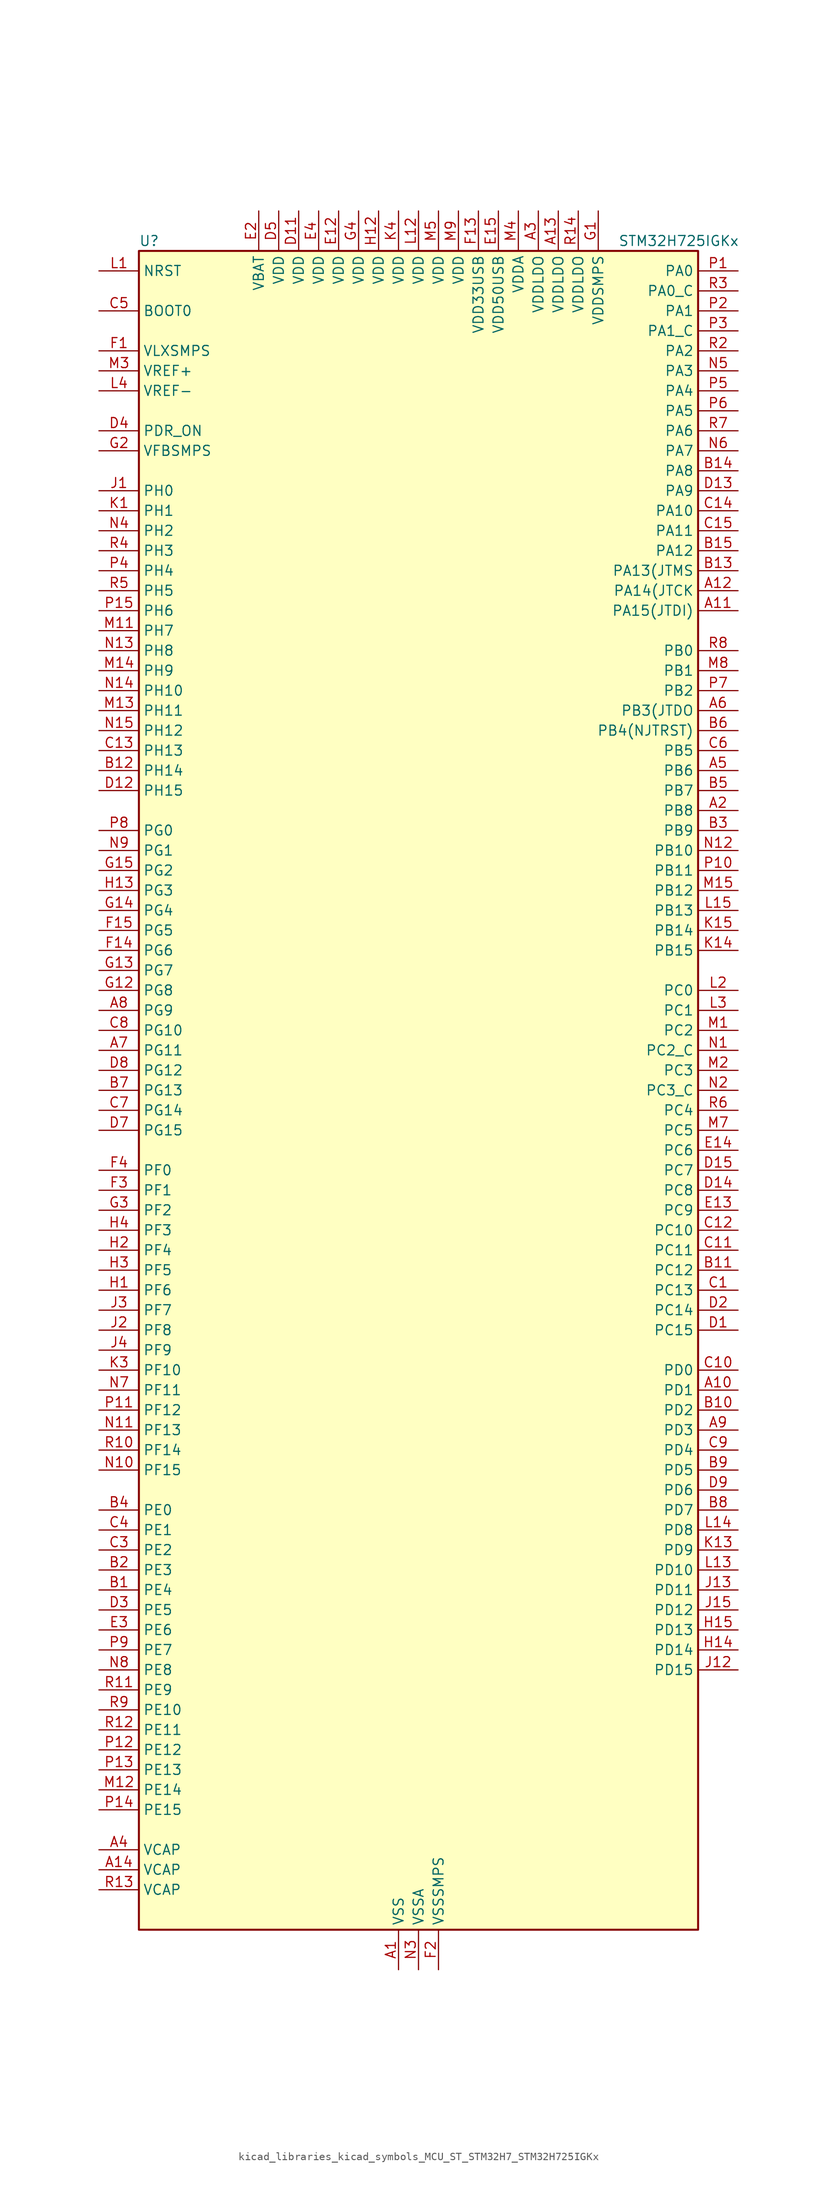
<source format=kicad_sym>
(kicad_symbol_lib
  (version 20220914)
  (generator kicad_symbol_editor)
  (symbol "kicad_libraries_kicad_symbols_MCU_ST_STM32H7_STM32H725IGKx"
    (property "Reference" "U"
      (at -35.56 107.95 0)
      (effects (font (size 1.27 1.27)) (justify left)))
    (property "Value" "STM32H725IGKx"
      (at 25.4 107.95 0)
      (effects (font (size 1.27 1.27)) (justify left)))
    (property "ki_locked" ""
      (at 0 0 0)
      (effects (font (size 1.27 1.27))))
    (symbol "kicad_libraries_kicad_symbols_MCU_ST_STM32H7_STM32H725IGKx_0_1"
      (rectangle (start -35.56 -106.68) (end 35.56 106.68) (stroke (width 0.254) (type default)) (fill (type background))))
    (symbol "kicad_libraries_kicad_symbols_MCU_ST_STM32H7_STM32H725IGKx_1_1"
      (pin power_in line (at -2.54 -111.76 90) (length 5.08) (name "VSS" (effects (font (size 1.27 1.27)))) (number "A1" (effects (font (size 1.27 1.27)))))
      (pin bidirectional line (at 40.64 -38.1 180) (length 5.08) (name "PD1" (effects (font (size 1.27 1.27)))) (number "A10" (effects (font (size 1.27 1.27)))) (alternate "DFSDM1_DATIN6" bidirectional line) (alternate "FDCAN1_TX" bidirectional line) (alternate "FMC_D3" bidirectional line) (alternate "FMC_DA3" bidirectional line) (alternate "UART4_TX" bidirectional line))
      (pin bidirectional line (at 40.64 60.96 180) (length 5.08) (name "PA15(JTDI)" (effects (font (size 1.27 1.27)))) (number "A11" (effects (font (size 1.27 1.27)))) (alternate "ADC1_EXTI15" bidirectional line) (alternate "ADC2_EXTI15" bidirectional line) (alternate "ADC3_EXTI15" bidirectional line) (alternate "CEC" bidirectional line) (alternate "DEBUG_JTDI" bidirectional line) (alternate "I2S1_WS" bidirectional line) (alternate "I2S3_WS" bidirectional line) (alternate "I2S6_WS" bidirectional line) (alternate "LTDC_B6" bidirectional line) (alternate "LTDC_R3" bidirectional line) (alternate "SPI1_NSS" bidirectional line) (alternate "SPI3_NSS" bidirectional line) (alternate "SPI6_NSS" bidirectional line) (alternate "TIM2_CH1" bidirectional line) (alternate "TIM2_ETR" bidirectional line) (alternate "UART4_DE" bidirectional line) (alternate "UART4_RTS" bidirectional line) (alternate "UART7_TX" bidirectional line))
      (pin bidirectional line (at 40.64 63.5 180) (length 5.08) (name "PA14(JTCK" (effects (font (size 1.27 1.27)))) (number "A12" (effects (font (size 1.27 1.27)))) (alternate "DEBUG_JTCK-SWCLK" bidirectional line))
      (pin power_in line (at 17.78 111.76 270) (length 5.08) (name "VDDLDO" (effects (font (size 1.27 1.27)))) (number "A13" (effects (font (size 1.27 1.27)))))
      (pin power_out line (at -40.64 -99.06 0) (length 5.08) (name "VCAP" (effects (font (size 1.27 1.27)))) (number "A14" (effects (font (size 1.27 1.27)))))
      (pin passive line (at -2.54 -111.76 90) (length 5.08) hide (name "VSS" (effects (font (size 1.27 1.27)))) (number "A15" (effects (font (size 1.27 1.27)))))
      (pin bidirectional line (at 40.64 35.56 180) (length 5.08) (name "PB8" (effects (font (size 1.27 1.27)))) (number "A2" (effects (font (size 1.27 1.27)))) (alternate "DCMI_D6" bidirectional line) (alternate "DFSDM1_CKIN7" bidirectional line) (alternate "ETH_TXD3" bidirectional line) (alternate "FDCAN1_RX" bidirectional line) (alternate "I2C1_SCL" bidirectional line) (alternate "I2C4_SCL" bidirectional line) (alternate "LTDC_B6" bidirectional line) (alternate "PSSI_D6" bidirectional line) (alternate "SDMMC1_CKIN" bidirectional line) (alternate "SDMMC1_D4" bidirectional line) (alternate "SDMMC2_D4" bidirectional line) (alternate "TIM16_CH1" bidirectional line) (alternate "TIM4_CH3" bidirectional line) (alternate "UART4_RX" bidirectional line))
      (pin power_in line (at 15.24 111.76 270) (length 5.08) (name "VDDLDO" (effects (font (size 1.27 1.27)))) (number "A3" (effects (font (size 1.27 1.27)))))
      (pin power_out line (at -40.64 -96.52 0) (length 5.08) (name "VCAP" (effects (font (size 1.27 1.27)))) (number "A4" (effects (font (size 1.27 1.27)))))
      (pin bidirectional line (at 40.64 40.64 180) (length 5.08) (name "PB6" (effects (font (size 1.27 1.27)))) (number "A5" (effects (font (size 1.27 1.27)))) (alternate "CEC" bidirectional line) (alternate "DCMI_D5" bidirectional line) (alternate "DFSDM1_DATIN5" bidirectional line) (alternate "FDCAN2_TX" bidirectional line) (alternate "FMC_SDNE1" bidirectional line) (alternate "I2C1_SCL" bidirectional line) (alternate "I2C4_SCL" bidirectional line) (alternate "LPUART1_TX" bidirectional line) (alternate "OCTOSPIM_P1_NCS" bidirectional line) (alternate "PSSI_D5" bidirectional line) (alternate "TIM16_CH1N" bidirectional line) (alternate "TIM4_CH1" bidirectional line) (alternate "UART5_TX" bidirectional line) (alternate "USART1_TX" bidirectional line))
      (pin bidirectional line (at 40.64 48.26 180) (length 5.08) (name "PB3(JTDO" (effects (font (size 1.27 1.27)))) (number "A6" (effects (font (size 1.27 1.27)))) (alternate "CRS_SYNC" bidirectional line) (alternate "DEBUG_JTDO-SWO" bidirectional line) (alternate "I2S1_CK" bidirectional line) (alternate "I2S3_CK" bidirectional line) (alternate "I2S6_CK" bidirectional line) (alternate "SDMMC2_D2" bidirectional line) (alternate "SPI1_SCK" bidirectional line) (alternate "SPI3_SCK" bidirectional line) (alternate "SPI6_SCK" bidirectional line) (alternate "TIM24_ETR" bidirectional line) (alternate "TIM2_CH2" bidirectional line) (alternate "UART7_RX" bidirectional line))
      (pin bidirectional line (at -40.64 5.08 0) (length 5.08) (name "PG11" (effects (font (size 1.27 1.27)))) (number "A7" (effects (font (size 1.27 1.27)))) (alternate "ADC1_EXTI11" bidirectional line) (alternate "ADC2_EXTI11" bidirectional line) (alternate "ADC3_EXTI11" bidirectional line) (alternate "DCMI_D3" bidirectional line) (alternate "ETH_TX_EN" bidirectional line) (alternate "I2S1_CK" bidirectional line) (alternate "LPTIM1_IN2" bidirectional line) (alternate "LTDC_B3" bidirectional line) (alternate "OCTOSPIM_P2_IO7" bidirectional line) (alternate "PSSI_D3" bidirectional line) (alternate "SDMMC2_D2" bidirectional line) (alternate "SPDIFRX1_IN0" bidirectional line) (alternate "SPI1_SCK" bidirectional line) (alternate "USART10_RX" bidirectional line))
      (pin bidirectional line (at -40.64 10.16 0) (length 5.08) (name "PG9" (effects (font (size 1.27 1.27)))) (number "A8" (effects (font (size 1.27 1.27)))) (alternate "DAC1_EXTI9" bidirectional line) (alternate "DCMI_VSYNC" bidirectional line) (alternate "FDCAN3_TX" bidirectional line) (alternate "FMC_NCE" bidirectional line) (alternate "FMC_NE2" bidirectional line) (alternate "I2S1_SDI" bidirectional line) (alternate "OCTOSPIM_P1_IO6" bidirectional line) (alternate "PSSI_RDY" bidirectional line) (alternate "SAI4_FS_B" bidirectional line) (alternate "SDMMC2_D0" bidirectional line) (alternate "SPDIFRX1_IN3" bidirectional line) (alternate "SPI1_MISO" bidirectional line) (alternate "USART6_RX" bidirectional line))
      (pin bidirectional line (at 40.64 -43.18 180) (length 5.08) (name "PD3" (effects (font (size 1.27 1.27)))) (number "A9" (effects (font (size 1.27 1.27)))) (alternate "DCMI_D5" bidirectional line) (alternate "DFSDM1_CKOUT" bidirectional line) (alternate "FMC_CLK" bidirectional line) (alternate "I2S2_CK" bidirectional line) (alternate "LTDC_G7" bidirectional line) (alternate "PSSI_D5" bidirectional line) (alternate "SPI2_SCK" bidirectional line) (alternate "USART2_CTS" bidirectional line) (alternate "USART2_NSS" bidirectional line))
      (pin bidirectional line (at -40.64 -63.5 0) (length 5.08) (name "PE4" (effects (font (size 1.27 1.27)))) (number "B1" (effects (font (size 1.27 1.27)))) (alternate "DCMI_D4" bidirectional line) (alternate "DEBUG_TRACED1" bidirectional line) (alternate "DFSDM1_DATIN3" bidirectional line) (alternate "FMC_A20" bidirectional line) (alternate "LTDC_B0" bidirectional line) (alternate "PSSI_D4" bidirectional line) (alternate "SAI1_D2" bidirectional line) (alternate "SAI1_FS_A" bidirectional line) (alternate "SAI4_D2" bidirectional line) (alternate "SAI4_FS_A" bidirectional line) (alternate "SPI4_NSS" bidirectional line) (alternate "TIM15_CH1N" bidirectional line))
      (pin bidirectional line (at 40.64 -40.64 180) (length 5.08) (name "PD2" (effects (font (size 1.27 1.27)))) (number "B10" (effects (font (size 1.27 1.27)))) (alternate "DCMI_D11" bidirectional line) (alternate "DEBUG_TRACED2" bidirectional line) (alternate "FMC_D7" bidirectional line) (alternate "FMC_DA7" bidirectional line) (alternate "LTDC_B2" bidirectional line) (alternate "LTDC_B7" bidirectional line) (alternate "PSSI_D11" bidirectional line) (alternate "SDMMC1_CMD" bidirectional line) (alternate "TIM15_BKIN" bidirectional line) (alternate "TIM3_ETR" bidirectional line) (alternate "UART5_RX" bidirectional line))
      (pin bidirectional line (at 40.64 -22.86 180) (length 5.08) (name "PC12" (effects (font (size 1.27 1.27)))) (number "B11" (effects (font (size 1.27 1.27)))) (alternate "DCMI_D9" bidirectional line) (alternate "DEBUG_TRACED3" bidirectional line) (alternate "FMC_D6" bidirectional line) (alternate "FMC_DA6" bidirectional line) (alternate "I2C5_SMBA" bidirectional line) (alternate "I2S3_SDO" bidirectional line) (alternate "I2S6_CK" bidirectional line) (alternate "LTDC_R6" bidirectional line) (alternate "PSSI_D9" bidirectional line) (alternate "SDMMC1_CK" bidirectional line) (alternate "SPI3_MOSI" bidirectional line) (alternate "SPI6_SCK" bidirectional line) (alternate "TIM15_CH1" bidirectional line) (alternate "UART5_TX" bidirectional line) (alternate "USART3_CK" bidirectional line))
      (pin bidirectional line (at -40.64 40.64 0) (length 5.08) (name "PH14" (effects (font (size 1.27 1.27)))) (number "B12" (effects (font (size 1.27 1.27)))) (alternate "DCMI_D4" bidirectional line) (alternate "FDCAN1_RX" bidirectional line) (alternate "FMC_D22" bidirectional line) (alternate "LTDC_G3" bidirectional line) (alternate "PSSI_D4" bidirectional line) (alternate "TIM8_CH2N" bidirectional line) (alternate "UART4_RX" bidirectional line))
      (pin bidirectional line (at 40.64 66.04 180) (length 5.08) (name "PA13(JTMS" (effects (font (size 1.27 1.27)))) (number "B13" (effects (font (size 1.27 1.27)))) (alternate "DEBUG_JTMS-SWDIO" bidirectional line))
      (pin bidirectional line (at 40.64 78.74 180) (length 5.08) (name "PA8" (effects (font (size 1.27 1.27)))) (number "B14" (effects (font (size 1.27 1.27)))) (alternate "I2C3_SCL" bidirectional line) (alternate "I2C5_SCL" bidirectional line) (alternate "LTDC_B3" bidirectional line) (alternate "LTDC_R6" bidirectional line) (alternate "RCC_MCO_1" bidirectional line) (alternate "TIM1_CH1" bidirectional line) (alternate "TIM8_BKIN2" bidirectional line) (alternate "TIM8_BKIN2_COMP1" bidirectional line) (alternate "TIM8_BKIN2_COMP2" bidirectional line) (alternate "UART7_RX" bidirectional line) (alternate "USART1_CK" bidirectional line) (alternate "USB_OTG_HS_SOF" bidirectional line))
      (pin bidirectional line (at 40.64 68.58 180) (length 5.08) (name "PA12" (effects (font (size 1.27 1.27)))) (number "B15" (effects (font (size 1.27 1.27)))) (alternate "FDCAN1_TX" bidirectional line) (alternate "I2S2_CK" bidirectional line) (alternate "LPUART1_DE" bidirectional line) (alternate "LPUART1_RTS" bidirectional line) (alternate "LTDC_R5" bidirectional line) (alternate "SAI4_FS_B" bidirectional line) (alternate "SPI2_SCK" bidirectional line) (alternate "TIM1_BKIN2" bidirectional line) (alternate "TIM1_ETR" bidirectional line) (alternate "UART4_TX" bidirectional line) (alternate "USART1_DE" bidirectional line) (alternate "USART1_RTS" bidirectional line) (alternate "USB_OTG_HS_DP" bidirectional line))
      (pin bidirectional line (at -40.64 -60.96 0) (length 5.08) (name "PE3" (effects (font (size 1.27 1.27)))) (number "B2" (effects (font (size 1.27 1.27)))) (alternate "DEBUG_TRACED0" bidirectional line) (alternate "FMC_A19" bidirectional line) (alternate "SAI1_SD_B" bidirectional line) (alternate "SAI4_SD_B" bidirectional line) (alternate "TIM15_BKIN" bidirectional line) (alternate "USART10_TX" bidirectional line))
      (pin bidirectional line (at 40.64 33.02 180) (length 5.08) (name "PB9" (effects (font (size 1.27 1.27)))) (number "B3" (effects (font (size 1.27 1.27)))) (alternate "DAC1_EXTI9" bidirectional line) (alternate "DCMI_D7" bidirectional line) (alternate "DFSDM1_DATIN7" bidirectional line) (alternate "FDCAN1_TX" bidirectional line) (alternate "I2C1_SDA" bidirectional line) (alternate "I2C4_SDA" bidirectional line) (alternate "I2C4_SMBA" bidirectional line) (alternate "I2S2_WS" bidirectional line) (alternate "LTDC_B7" bidirectional line) (alternate "PSSI_D7" bidirectional line) (alternate "SDMMC1_CDIR" bidirectional line) (alternate "SDMMC1_D5" bidirectional line) (alternate "SDMMC2_D5" bidirectional line) (alternate "SPI2_NSS" bidirectional line) (alternate "TIM17_CH1" bidirectional line) (alternate "TIM4_CH4" bidirectional line) (alternate "UART4_TX" bidirectional line))
      (pin bidirectional line (at -40.64 -53.34 0) (length 5.08) (name "PE0" (effects (font (size 1.27 1.27)))) (number "B4" (effects (font (size 1.27 1.27)))) (alternate "DCMI_D2" bidirectional line) (alternate "FMC_NBL0" bidirectional line) (alternate "LPTIM1_ETR" bidirectional line) (alternate "LPTIM2_ETR" bidirectional line) (alternate "LTDC_R0" bidirectional line) (alternate "PSSI_D2" bidirectional line) (alternate "SAI4_MCLK_A" bidirectional line) (alternate "TIM4_ETR" bidirectional line) (alternate "UART8_RX" bidirectional line))
      (pin bidirectional line (at 40.64 38.1 180) (length 5.08) (name "PB7" (effects (font (size 1.27 1.27)))) (number "B5" (effects (font (size 1.27 1.27)))) (alternate "DCMI_VSYNC" bidirectional line) (alternate "DFSDM1_CKIN5" bidirectional line) (alternate "FMC_NL" bidirectional line) (alternate "I2C1_SDA" bidirectional line) (alternate "I2C4_SDA" bidirectional line) (alternate "LPUART1_RX" bidirectional line) (alternate "PSSI_RDY" bidirectional line) (alternate "PWR_PVD_IN" bidirectional line) (alternate "TIM17_CH1N" bidirectional line) (alternate "TIM4_CH2" bidirectional line) (alternate "USART1_RX" bidirectional line))
      (pin bidirectional line (at 40.64 45.72 180) (length 5.08) (name "PB4(NJTRST)" (effects (font (size 1.27 1.27)))) (number "B6" (effects (font (size 1.27 1.27)))) (alternate "DEBUG_JTRST" bidirectional line) (alternate "I2S1_SDI" bidirectional line) (alternate "I2S2_WS" bidirectional line) (alternate "I2S3_SDI" bidirectional line) (alternate "I2S6_SDI" bidirectional line) (alternate "SDMMC2_D3" bidirectional line) (alternate "SPI1_MISO" bidirectional line) (alternate "SPI2_NSS" bidirectional line) (alternate "SPI3_MISO" bidirectional line) (alternate "SPI6_MISO" bidirectional line) (alternate "TIM16_BKIN" bidirectional line) (alternate "TIM3_CH1" bidirectional line) (alternate "UART7_TX" bidirectional line))
      (pin bidirectional line (at -40.64 0 0) (length 5.08) (name "PG13" (effects (font (size 1.27 1.27)))) (number "B7" (effects (font (size 1.27 1.27)))) (alternate "DEBUG_TRACED0" bidirectional line) (alternate "ETH_TXD0" bidirectional line) (alternate "FMC_A24" bidirectional line) (alternate "I2S6_CK" bidirectional line) (alternate "LPTIM1_OUT" bidirectional line) (alternate "LTDC_R0" bidirectional line) (alternate "SDMMC2_D6" bidirectional line) (alternate "SPI6_SCK" bidirectional line) (alternate "TIM23_CH2" bidirectional line) (alternate "USART10_CTS" bidirectional line) (alternate "USART10_NSS" bidirectional line) (alternate "USART6_CTS" bidirectional line) (alternate "USART6_NSS" bidirectional line))
      (pin bidirectional line (at 40.64 -53.34 180) (length 5.08) (name "PD7" (effects (font (size 1.27 1.27)))) (number "B8" (effects (font (size 1.27 1.27)))) (alternate "DFSDM1_CKIN1" bidirectional line) (alternate "DFSDM1_DATIN4" bidirectional line) (alternate "FMC_NE1" bidirectional line) (alternate "I2S1_SDO" bidirectional line) (alternate "OCTOSPIM_P1_IO7" bidirectional line) (alternate "SDMMC2_CMD" bidirectional line) (alternate "SPDIFRX1_IN0" bidirectional line) (alternate "SPI1_MOSI" bidirectional line) (alternate "USART2_CK" bidirectional line))
      (pin bidirectional line (at 40.64 -48.26 180) (length 5.08) (name "PD5" (effects (font (size 1.27 1.27)))) (number "B9" (effects (font (size 1.27 1.27)))) (alternate "FMC_NWE" bidirectional line) (alternate "OCTOSPIM_P1_IO5" bidirectional line) (alternate "USART2_TX" bidirectional line))
      (pin bidirectional line (at 40.64 -25.4 180) (length 5.08) (name "PC13" (effects (font (size 1.27 1.27)))) (number "C1" (effects (font (size 1.27 1.27)))) (alternate "PWR_WKUP4" bidirectional line) (alternate "RTC_OUT_ALARM" bidirectional line) (alternate "RTC_OUT_CALIB" bidirectional line) (alternate "RTC_TAMP1" bidirectional line) (alternate "RTC_TS" bidirectional line))
      (pin bidirectional line (at 40.64 -35.56 180) (length 5.08) (name "PD0" (effects (font (size 1.27 1.27)))) (number "C10" (effects (font (size 1.27 1.27)))) (alternate "DFSDM1_CKIN6" bidirectional line) (alternate "FDCAN1_RX" bidirectional line) (alternate "FMC_D2" bidirectional line) (alternate "FMC_DA2" bidirectional line) (alternate "LTDC_B1" bidirectional line) (alternate "UART4_RX" bidirectional line) (alternate "UART9_CTS" bidirectional line))
      (pin bidirectional line (at 40.64 -20.32 180) (length 5.08) (name "PC11" (effects (font (size 1.27 1.27)))) (number "C11" (effects (font (size 1.27 1.27)))) (alternate "ADC1_EXTI11" bidirectional line) (alternate "ADC2_EXTI11" bidirectional line) (alternate "ADC3_EXTI11" bidirectional line) (alternate "DCMI_D4" bidirectional line) (alternate "DFSDM1_DATIN5" bidirectional line) (alternate "I2C5_SCL" bidirectional line) (alternate "I2S3_SDI" bidirectional line) (alternate "LTDC_B4" bidirectional line) (alternate "OCTOSPIM_P1_NCS" bidirectional line) (alternate "PSSI_D4" bidirectional line) (alternate "SDMMC1_D3" bidirectional line) (alternate "SPI3_MISO" bidirectional line) (alternate "UART4_RX" bidirectional line) (alternate "USART3_RX" bidirectional line))
      (pin bidirectional line (at 40.64 -17.78 180) (length 5.08) (name "PC10" (effects (font (size 1.27 1.27)))) (number "C12" (effects (font (size 1.27 1.27)))) (alternate "DCMI_D8" bidirectional line) (alternate "DFSDM1_CKIN5" bidirectional line) (alternate "I2C5_SDA" bidirectional line) (alternate "I2S3_CK" bidirectional line) (alternate "LTDC_B1" bidirectional line) (alternate "LTDC_R2" bidirectional line) (alternate "OCTOSPIM_P1_IO1" bidirectional line) (alternate "PSSI_D8" bidirectional line) (alternate "SDMMC1_D2" bidirectional line) (alternate "SPI3_SCK" bidirectional line) (alternate "SWPMI1_RX" bidirectional line) (alternate "UART4_TX" bidirectional line) (alternate "USART3_TX" bidirectional line))
      (pin bidirectional line (at -40.64 43.18 0) (length 5.08) (name "PH13" (effects (font (size 1.27 1.27)))) (number "C13" (effects (font (size 1.27 1.27)))) (alternate "FDCAN1_TX" bidirectional line) (alternate "FMC_D21" bidirectional line) (alternate "LTDC_G2" bidirectional line) (alternate "TIM8_CH1N" bidirectional line) (alternate "UART4_TX" bidirectional line))
      (pin bidirectional line (at 40.64 73.66 180) (length 5.08) (name "PA10" (effects (font (size 1.27 1.27)))) (number "C14" (effects (font (size 1.27 1.27)))) (alternate "DCMI_D1" bidirectional line) (alternate "LPUART1_RX" bidirectional line) (alternate "LTDC_B1" bidirectional line) (alternate "LTDC_B4" bidirectional line) (alternate "MDIOS_MDIO" bidirectional line) (alternate "PSSI_D1" bidirectional line) (alternate "TIM1_CH3" bidirectional line) (alternate "USART1_RX" bidirectional line) (alternate "USB_OTG_HS_ID" bidirectional line))
      (pin bidirectional line (at 40.64 71.12 180) (length 5.08) (name "PA11" (effects (font (size 1.27 1.27)))) (number "C15" (effects (font (size 1.27 1.27)))) (alternate "ADC1_EXTI11" bidirectional line) (alternate "ADC2_EXTI11" bidirectional line) (alternate "ADC3_EXTI11" bidirectional line) (alternate "FDCAN1_RX" bidirectional line) (alternate "I2S2_WS" bidirectional line) (alternate "LPUART1_CTS" bidirectional line) (alternate "LTDC_R4" bidirectional line) (alternate "SPI2_NSS" bidirectional line) (alternate "TIM1_CH4" bidirectional line) (alternate "UART4_RX" bidirectional line) (alternate "USART1_CTS" bidirectional line) (alternate "USART1_NSS" bidirectional line) (alternate "USB_OTG_HS_DM" bidirectional line))
      (pin passive line (at -2.54 -111.76 90) (length 5.08) hide (name "VSS" (effects (font (size 1.27 1.27)))) (number "C2" (effects (font (size 1.27 1.27)))))
      (pin bidirectional line (at -40.64 -58.42 0) (length 5.08) (name "PE2" (effects (font (size 1.27 1.27)))) (number "C3" (effects (font (size 1.27 1.27)))) (alternate "DEBUG_TRACECLK" bidirectional line) (alternate "ETH_TXD3" bidirectional line) (alternate "FMC_A23" bidirectional line) (alternate "OCTOSPIM_P1_IO2" bidirectional line) (alternate "SAI1_CK1" bidirectional line) (alternate "SAI1_MCLK_A" bidirectional line) (alternate "SAI4_CK1" bidirectional line) (alternate "SAI4_MCLK_A" bidirectional line) (alternate "SPI4_SCK" bidirectional line) (alternate "USART10_RX" bidirectional line))
      (pin bidirectional line (at -40.64 -55.88 0) (length 5.08) (name "PE1" (effects (font (size 1.27 1.27)))) (number "C4" (effects (font (size 1.27 1.27)))) (alternate "DCMI_D3" bidirectional line) (alternate "FMC_NBL1" bidirectional line) (alternate "LPTIM1_IN2" bidirectional line) (alternate "LTDC_R6" bidirectional line) (alternate "PSSI_D3" bidirectional line) (alternate "UART8_TX" bidirectional line))
      (pin input line (at -40.64 99.06 0) (length 5.08) (name "BOOT0" (effects (font (size 1.27 1.27)))) (number "C5" (effects (font (size 1.27 1.27)))))
      (pin bidirectional line (at 40.64 43.18 180) (length 5.08) (name "PB5" (effects (font (size 1.27 1.27)))) (number "C6" (effects (font (size 1.27 1.27)))) (alternate "DCMI_D10" bidirectional line) (alternate "ETH_PPS_OUT" bidirectional line) (alternate "FDCAN2_RX" bidirectional line) (alternate "FMC_SDCKE1" bidirectional line) (alternate "I2C1_SMBA" bidirectional line) (alternate "I2C4_SMBA" bidirectional line) (alternate "I2S1_SDO" bidirectional line) (alternate "I2S3_SDO" bidirectional line) (alternate "I2S6_SDO" bidirectional line) (alternate "LTDC_B5" bidirectional line) (alternate "PSSI_D10" bidirectional line) (alternate "SPI1_MOSI" bidirectional line) (alternate "SPI3_MOSI" bidirectional line) (alternate "SPI6_MOSI" bidirectional line) (alternate "TIM17_BKIN" bidirectional line) (alternate "TIM3_CH2" bidirectional line) (alternate "UART5_RX" bidirectional line) (alternate "USB_OTG_HS_ULPI_D7" bidirectional line))
      (pin bidirectional line (at -40.64 -2.54 0) (length 5.08) (name "PG14" (effects (font (size 1.27 1.27)))) (number "C7" (effects (font (size 1.27 1.27)))) (alternate "DEBUG_TRACED1" bidirectional line) (alternate "ETH_TXD1" bidirectional line) (alternate "FMC_A25" bidirectional line) (alternate "I2S6_SDO" bidirectional line) (alternate "LPTIM1_ETR" bidirectional line) (alternate "LTDC_B0" bidirectional line) (alternate "OCTOSPIM_P1_IO7" bidirectional line) (alternate "SDMMC2_D7" bidirectional line) (alternate "SPI6_MOSI" bidirectional line) (alternate "TIM23_CH3" bidirectional line) (alternate "USART10_DE" bidirectional line) (alternate "USART10_RTS" bidirectional line) (alternate "USART6_TX" bidirectional line))
      (pin bidirectional line (at -40.64 7.62 0) (length 5.08) (name "PG10" (effects (font (size 1.27 1.27)))) (number "C8" (effects (font (size 1.27 1.27)))) (alternate "DCMI_D2" bidirectional line) (alternate "FDCAN3_RX" bidirectional line) (alternate "FMC_NE3" bidirectional line) (alternate "I2S1_WS" bidirectional line) (alternate "LTDC_B2" bidirectional line) (alternate "LTDC_G3" bidirectional line) (alternate "OCTOSPIM_P2_IO6" bidirectional line) (alternate "PSSI_D2" bidirectional line) (alternate "SAI4_SD_B" bidirectional line) (alternate "SDMMC2_D1" bidirectional line) (alternate "SPI1_NSS" bidirectional line))
      (pin bidirectional line (at 40.64 -45.72 180) (length 5.08) (name "PD4" (effects (font (size 1.27 1.27)))) (number "C9" (effects (font (size 1.27 1.27)))) (alternate "FMC_NOE" bidirectional line) (alternate "OCTOSPIM_P1_IO4" bidirectional line) (alternate "USART2_DE" bidirectional line) (alternate "USART2_RTS" bidirectional line))
      (pin bidirectional line (at 40.64 -30.48 180) (length 5.08) (name "PC15" (effects (font (size 1.27 1.27)))) (number "D1" (effects (font (size 1.27 1.27)))) (alternate "ADC1_EXTI15" bidirectional line) (alternate "ADC2_EXTI15" bidirectional line) (alternate "ADC3_EXTI15" bidirectional line) (alternate "RCC_OSC32_OUT" bidirectional line))
      (pin passive line (at -2.54 -111.76 90) (length 5.08) hide (name "VSS" (effects (font (size 1.27 1.27)))) (number "D10" (effects (font (size 1.27 1.27)))))
      (pin power_in line (at -15.24 111.76 270) (length 5.08) (name "VDD" (effects (font (size 1.27 1.27)))) (number "D11" (effects (font (size 1.27 1.27)))))
      (pin bidirectional line (at -40.64 38.1 0) (length 5.08) (name "PH15" (effects (font (size 1.27 1.27)))) (number "D12" (effects (font (size 1.27 1.27)))) (alternate "ADC1_EXTI15" bidirectional line) (alternate "ADC2_EXTI15" bidirectional line) (alternate "ADC3_EXTI15" bidirectional line) (alternate "DCMI_D11" bidirectional line) (alternate "FMC_D23" bidirectional line) (alternate "LTDC_G4" bidirectional line) (alternate "PSSI_D11" bidirectional line) (alternate "TIM8_CH3N" bidirectional line))
      (pin bidirectional line (at 40.64 76.2 180) (length 5.08) (name "PA9" (effects (font (size 1.27 1.27)))) (number "D13" (effects (font (size 1.27 1.27)))) (alternate "DAC1_EXTI9" bidirectional line) (alternate "DCMI_D0" bidirectional line) (alternate "ETH_TX_ER" bidirectional line) (alternate "I2C3_SMBA" bidirectional line) (alternate "I2C5_SMBA" bidirectional line) (alternate "I2S2_CK" bidirectional line) (alternate "LPUART1_TX" bidirectional line) (alternate "LTDC_R5" bidirectional line) (alternate "PSSI_D0" bidirectional line) (alternate "SPI2_SCK" bidirectional line) (alternate "TIM1_CH2" bidirectional line) (alternate "USART1_TX" bidirectional line) (alternate "USB_OTG_HS_VBUS" bidirectional line))
      (pin bidirectional line (at 40.64 -12.7 180) (length 5.08) (name "PC8" (effects (font (size 1.27 1.27)))) (number "D14" (effects (font (size 1.27 1.27)))) (alternate "DCMI_D2" bidirectional line) (alternate "DEBUG_TRACED1" bidirectional line) (alternate "FMC_INT" bidirectional line) (alternate "FMC_NCE" bidirectional line) (alternate "FMC_NE2" bidirectional line) (alternate "PSSI_D2" bidirectional line) (alternate "SDMMC1_D0" bidirectional line) (alternate "SWPMI1_RX" bidirectional line) (alternate "TIM3_CH3" bidirectional line) (alternate "TIM8_CH3" bidirectional line) (alternate "UART5_DE" bidirectional line) (alternate "UART5_RTS" bidirectional line) (alternate "USART6_CK" bidirectional line))
      (pin bidirectional line (at 40.64 -10.16 180) (length 5.08) (name "PC7" (effects (font (size 1.27 1.27)))) (number "D15" (effects (font (size 1.27 1.27)))) (alternate "DCMI_D1" bidirectional line) (alternate "DEBUG_TRGIO" bidirectional line) (alternate "DFSDM1_DATIN3" bidirectional line) (alternate "FMC_NE1" bidirectional line) (alternate "I2S3_MCK" bidirectional line) (alternate "LTDC_G6" bidirectional line) (alternate "PSSI_D1" bidirectional line) (alternate "SDMMC1_D123DIR" bidirectional line) (alternate "SDMMC1_D7" bidirectional line) (alternate "SDMMC2_D7" bidirectional line) (alternate "SWPMI1_TX" bidirectional line) (alternate "TIM3_CH2" bidirectional line) (alternate "TIM8_CH2" bidirectional line) (alternate "USART6_RX" bidirectional line))
      (pin bidirectional line (at 40.64 -27.94 180) (length 5.08) (name "PC14" (effects (font (size 1.27 1.27)))) (number "D2" (effects (font (size 1.27 1.27)))) (alternate "RCC_OSC32_IN" bidirectional line))
      (pin bidirectional line (at -40.64 -66.04 0) (length 5.08) (name "PE5" (effects (font (size 1.27 1.27)))) (number "D3" (effects (font (size 1.27 1.27)))) (alternate "DCMI_D6" bidirectional line) (alternate "DEBUG_TRACED2" bidirectional line) (alternate "DFSDM1_CKIN3" bidirectional line) (alternate "FMC_A21" bidirectional line) (alternate "LTDC_G0" bidirectional line) (alternate "PSSI_D6" bidirectional line) (alternate "SAI1_CK2" bidirectional line) (alternate "SAI1_SCK_A" bidirectional line) (alternate "SAI4_CK2" bidirectional line) (alternate "SAI4_SCK_A" bidirectional line) (alternate "SPI4_MISO" bidirectional line) (alternate "TIM15_CH1" bidirectional line))
      (pin input line (at -40.64 83.82 0) (length 5.08) (name "PDR_ON" (effects (font (size 1.27 1.27)))) (number "D4" (effects (font (size 1.27 1.27)))))
      (pin power_in line (at -17.78 111.76 270) (length 5.08) (name "VDD" (effects (font (size 1.27 1.27)))) (number "D5" (effects (font (size 1.27 1.27)))))
      (pin passive line (at -2.54 -111.76 90) (length 5.08) hide (name "VSS" (effects (font (size 1.27 1.27)))) (number "D6" (effects (font (size 1.27 1.27)))))
      (pin bidirectional line (at -40.64 -5.08 0) (length 5.08) (name "PG15" (effects (font (size 1.27 1.27)))) (number "D7" (effects (font (size 1.27 1.27)))) (alternate "ADC1_EXTI15" bidirectional line) (alternate "ADC2_EXTI15" bidirectional line) (alternate "ADC3_EXTI15" bidirectional line) (alternate "DCMI_D13" bidirectional line) (alternate "FMC_SDNCAS" bidirectional line) (alternate "OCTOSPIM_P2_DQS" bidirectional line) (alternate "PSSI_D13" bidirectional line) (alternate "USART10_CK" bidirectional line) (alternate "USART6_CTS" bidirectional line) (alternate "USART6_NSS" bidirectional line))
      (pin bidirectional line (at -40.64 2.54 0) (length 5.08) (name "PG12" (effects (font (size 1.27 1.27)))) (number "D8" (effects (font (size 1.27 1.27)))) (alternate "ETH_TXD1" bidirectional line) (alternate "FMC_NE4" bidirectional line) (alternate "I2S6_SDI" bidirectional line) (alternate "LPTIM1_IN1" bidirectional line) (alternate "LTDC_B1" bidirectional line) (alternate "LTDC_B4" bidirectional line) (alternate "OCTOSPIM_P2_NCS" bidirectional line) (alternate "SDMMC2_D3" bidirectional line) (alternate "SPDIFRX1_IN1" bidirectional line) (alternate "SPI6_MISO" bidirectional line) (alternate "TIM23_CH1" bidirectional line) (alternate "USART10_TX" bidirectional line) (alternate "USART6_DE" bidirectional line) (alternate "USART6_RTS" bidirectional line))
      (pin bidirectional line (at 40.64 -50.8 180) (length 5.08) (name "PD6" (effects (font (size 1.27 1.27)))) (number "D9" (effects (font (size 1.27 1.27)))) (alternate "DCMI_D10" bidirectional line) (alternate "DFSDM1_CKIN4" bidirectional line) (alternate "DFSDM1_DATIN1" bidirectional line) (alternate "FMC_NWAIT" bidirectional line) (alternate "I2S3_SDO" bidirectional line) (alternate "LTDC_B2" bidirectional line) (alternate "OCTOSPIM_P1_IO6" bidirectional line) (alternate "PSSI_D10" bidirectional line) (alternate "SAI1_D1" bidirectional line) (alternate "SAI1_SD_A" bidirectional line) (alternate "SAI4_D1" bidirectional line) (alternate "SAI4_SD_A" bidirectional line) (alternate "SDMMC2_CK" bidirectional line) (alternate "SPI3_MOSI" bidirectional line) (alternate "USART2_RX" bidirectional line))
      (pin passive line (at -2.54 -111.76 90) (length 5.08) hide (name "VSS" (effects (font (size 1.27 1.27)))) (number "E1" (effects (font (size 1.27 1.27)))))
      (pin power_in line (at -10.16 111.76 270) (length 5.08) (name "VDD" (effects (font (size 1.27 1.27)))) (number "E12" (effects (font (size 1.27 1.27)))))
      (pin bidirectional line (at 40.64 -15.24 180) (length 5.08) (name "PC9" (effects (font (size 1.27 1.27)))) (number "E13" (effects (font (size 1.27 1.27)))) (alternate "DAC1_EXTI9" bidirectional line) (alternate "DCMI_D3" bidirectional line) (alternate "I2C3_SDA" bidirectional line) (alternate "I2C5_SDA" bidirectional line) (alternate "I2S_CKIN" bidirectional line) (alternate "LTDC_B2" bidirectional line) (alternate "LTDC_G3" bidirectional line) (alternate "OCTOSPIM_P1_IO0" bidirectional line) (alternate "PSSI_D3" bidirectional line) (alternate "RCC_MCO_2" bidirectional line) (alternate "SDMMC1_D1" bidirectional line) (alternate "SWPMI1_SUSPEND" bidirectional line) (alternate "TIM3_CH4" bidirectional line) (alternate "TIM8_CH4" bidirectional line) (alternate "UART5_CTS" bidirectional line))
      (pin bidirectional line (at 40.64 -7.62 180) (length 5.08) (name "PC6" (effects (font (size 1.27 1.27)))) (number "E14" (effects (font (size 1.27 1.27)))) (alternate "DCMI_D0" bidirectional line) (alternate "DFSDM1_CKIN3" bidirectional line) (alternate "FMC_NWAIT" bidirectional line) (alternate "I2S2_MCK" bidirectional line) (alternate "LTDC_HSYNC" bidirectional line) (alternate "PSSI_D0" bidirectional line) (alternate "SDMMC1_D0DIR" bidirectional line) (alternate "SDMMC1_D6" bidirectional line) (alternate "SDMMC2_D6" bidirectional line) (alternate "SWPMI1_IO" bidirectional line) (alternate "TIM3_CH1" bidirectional line) (alternate "TIM8_CH1" bidirectional line) (alternate "USART6_TX" bidirectional line))
      (pin power_in line (at 10.16 111.76 270) (length 5.08) (name "VDD50USB" (effects (font (size 1.27 1.27)))) (number "E15" (effects (font (size 1.27 1.27)))))
      (pin power_in line (at -20.32 111.76 270) (length 5.08) (name "VBAT" (effects (font (size 1.27 1.27)))) (number "E2" (effects (font (size 1.27 1.27)))))
      (pin bidirectional line (at -40.64 -68.58 0) (length 5.08) (name "PE6" (effects (font (size 1.27 1.27)))) (number "E3" (effects (font (size 1.27 1.27)))) (alternate "DCMI_D7" bidirectional line) (alternate "DEBUG_TRACED3" bidirectional line) (alternate "FMC_A22" bidirectional line) (alternate "LTDC_G1" bidirectional line) (alternate "PSSI_D7" bidirectional line) (alternate "SAI1_D1" bidirectional line) (alternate "SAI1_SD_A" bidirectional line) (alternate "SAI4_D1" bidirectional line) (alternate "SAI4_MCLK_B" bidirectional line) (alternate "SAI4_SD_A" bidirectional line) (alternate "SPI4_MOSI" bidirectional line) (alternate "TIM15_CH2" bidirectional line) (alternate "TIM1_BKIN2" bidirectional line) (alternate "TIM1_BKIN2_COMP1" bidirectional line) (alternate "TIM1_BKIN2_COMP2" bidirectional line))
      (pin power_in line (at -12.7 111.76 270) (length 5.08) (name "VDD" (effects (font (size 1.27 1.27)))) (number "E4" (effects (font (size 1.27 1.27)))))
      (pin power_in line (at -40.64 93.98 0) (length 5.08) (name "VLXSMPS" (effects (font (size 1.27 1.27)))) (number "F1" (effects (font (size 1.27 1.27)))))
      (pin passive line (at -2.54 -111.76 90) (length 5.08) hide (name "VSS" (effects (font (size 1.27 1.27)))) (number "F10" (effects (font (size 1.27 1.27)))))
      (pin passive line (at -2.54 -111.76 90) (length 5.08) hide (name "VSS" (effects (font (size 1.27 1.27)))) (number "F12" (effects (font (size 1.27 1.27)))))
      (pin power_in line (at 7.62 111.76 270) (length 5.08) (name "VDD33USB" (effects (font (size 1.27 1.27)))) (number "F13" (effects (font (size 1.27 1.27)))))
      (pin bidirectional line (at -40.64 17.78 0) (length 5.08) (name "PG6" (effects (font (size 1.27 1.27)))) (number "F14" (effects (font (size 1.27 1.27)))) (alternate "DCMI_D12" bidirectional line) (alternate "FMC_NE3" bidirectional line) (alternate "LTDC_R7" bidirectional line) (alternate "OCTOSPIM_P1_NCS" bidirectional line) (alternate "PSSI_D12" bidirectional line) (alternate "TIM17_BKIN" bidirectional line))
      (pin bidirectional line (at -40.64 20.32 0) (length 5.08) (name "PG5" (effects (font (size 1.27 1.27)))) (number "F15" (effects (font (size 1.27 1.27)))) (alternate "FMC_A15" bidirectional line) (alternate "FMC_BA1" bidirectional line) (alternate "TIM1_ETR" bidirectional line))
      (pin power_in line (at 2.54 -111.76 90) (length 5.08) (name "VSSSMPS" (effects (font (size 1.27 1.27)))) (number "F2" (effects (font (size 1.27 1.27)))))
      (pin bidirectional line (at -40.64 -12.7 0) (length 5.08) (name "PF1" (effects (font (size 1.27 1.27)))) (number "F3" (effects (font (size 1.27 1.27)))) (alternate "FMC_A1" bidirectional line) (alternate "I2C2_SCL" bidirectional line) (alternate "I2C5_SCL" bidirectional line) (alternate "OCTOSPIM_P2_IO1" bidirectional line) (alternate "TIM23_CH2" bidirectional line))
      (pin bidirectional line (at -40.64 -10.16 0) (length 5.08) (name "PF0" (effects (font (size 1.27 1.27)))) (number "F4" (effects (font (size 1.27 1.27)))) (alternate "FMC_A0" bidirectional line) (alternate "I2C2_SDA" bidirectional line) (alternate "I2C5_SDA" bidirectional line) (alternate "OCTOSPIM_P2_IO0" bidirectional line) (alternate "TIM23_CH1" bidirectional line))
      (pin passive line (at -2.54 -111.76 90) (length 5.08) hide (name "VSS" (effects (font (size 1.27 1.27)))) (number "F6" (effects (font (size 1.27 1.27)))))
      (pin passive line (at -2.54 -111.76 90) (length 5.08) hide (name "VSS" (effects (font (size 1.27 1.27)))) (number "F7" (effects (font (size 1.27 1.27)))))
      (pin passive line (at -2.54 -111.76 90) (length 5.08) hide (name "VSS" (effects (font (size 1.27 1.27)))) (number "F8" (effects (font (size 1.27 1.27)))))
      (pin passive line (at -2.54 -111.76 90) (length 5.08) hide (name "VSS" (effects (font (size 1.27 1.27)))) (number "F9" (effects (font (size 1.27 1.27)))))
      (pin power_in line (at 22.86 111.76 270) (length 5.08) (name "VDDSMPS" (effects (font (size 1.27 1.27)))) (number "G1" (effects (font (size 1.27 1.27)))))
      (pin passive line (at -2.54 -111.76 90) (length 5.08) hide (name "VSS" (effects (font (size 1.27 1.27)))) (number "G10" (effects (font (size 1.27 1.27)))))
      (pin bidirectional line (at -40.64 12.7 0) (length 5.08) (name "PG8" (effects (font (size 1.27 1.27)))) (number "G12" (effects (font (size 1.27 1.27)))) (alternate "ETH_PPS_OUT" bidirectional line) (alternate "FMC_SDCLK" bidirectional line) (alternate "I2S6_WS" bidirectional line) (alternate "LTDC_G7" bidirectional line) (alternate "SPDIFRX1_IN2" bidirectional line) (alternate "SPI6_NSS" bidirectional line) (alternate "TIM8_ETR" bidirectional line) (alternate "USART6_DE" bidirectional line) (alternate "USART6_RTS" bidirectional line))
      (pin bidirectional line (at -40.64 15.24 0) (length 5.08) (name "PG7" (effects (font (size 1.27 1.27)))) (number "G13" (effects (font (size 1.27 1.27)))) (alternate "DCMI_D13" bidirectional line) (alternate "FMC_INT" bidirectional line) (alternate "LTDC_CLK" bidirectional line) (alternate "OCTOSPIM_P2_DQS" bidirectional line) (alternate "PSSI_D13" bidirectional line) (alternate "SAI1_MCLK_A" bidirectional line) (alternate "USART6_CK" bidirectional line))
      (pin bidirectional line (at -40.64 22.86 0) (length 5.08) (name "PG4" (effects (font (size 1.27 1.27)))) (number "G14" (effects (font (size 1.27 1.27)))) (alternate "FMC_A14" bidirectional line) (alternate "FMC_BA0" bidirectional line) (alternate "TIM1_BKIN2" bidirectional line) (alternate "TIM1_BKIN2_COMP1" bidirectional line) (alternate "TIM1_BKIN2_COMP2" bidirectional line))
      (pin bidirectional line (at -40.64 27.94 0) (length 5.08) (name "PG2" (effects (font (size 1.27 1.27)))) (number "G15" (effects (font (size 1.27 1.27)))) (alternate "FMC_A12" bidirectional line) (alternate "TIM24_ETR" bidirectional line) (alternate "TIM8_BKIN" bidirectional line) (alternate "TIM8_BKIN_COMP1" bidirectional line) (alternate "TIM8_BKIN_COMP2" bidirectional line))
      (pin input line (at -40.64 81.28 0) (length 5.08) (name "VFBSMPS" (effects (font (size 1.27 1.27)))) (number "G2" (effects (font (size 1.27 1.27)))))
      (pin bidirectional line (at -40.64 -15.24 0) (length 5.08) (name "PF2" (effects (font (size 1.27 1.27)))) (number "G3" (effects (font (size 1.27 1.27)))) (alternate "FMC_A2" bidirectional line) (alternate "I2C2_SMBA" bidirectional line) (alternate "I2C5_SMBA" bidirectional line) (alternate "OCTOSPIM_P2_IO2" bidirectional line) (alternate "TIM23_CH3" bidirectional line))
      (pin power_in line (at -7.62 111.76 270) (length 5.08) (name "VDD" (effects (font (size 1.27 1.27)))) (number "G4" (effects (font (size 1.27 1.27)))))
      (pin passive line (at -2.54 -111.76 90) (length 5.08) hide (name "VSS" (effects (font (size 1.27 1.27)))) (number "G6" (effects (font (size 1.27 1.27)))))
      (pin passive line (at -2.54 -111.76 90) (length 5.08) hide (name "VSS" (effects (font (size 1.27 1.27)))) (number "G7" (effects (font (size 1.27 1.27)))))
      (pin passive line (at -2.54 -111.76 90) (length 5.08) hide (name "VSS" (effects (font (size 1.27 1.27)))) (number "G8" (effects (font (size 1.27 1.27)))))
      (pin passive line (at -2.54 -111.76 90) (length 5.08) hide (name "VSS" (effects (font (size 1.27 1.27)))) (number "G9" (effects (font (size 1.27 1.27)))))
      (pin bidirectional line (at -40.64 -25.4 0) (length 5.08) (name "PF6" (effects (font (size 1.27 1.27)))) (number "H1" (effects (font (size 1.27 1.27)))) (alternate "ADC3_INN4" bidirectional line) (alternate "ADC3_INP8" bidirectional line) (alternate "FDCAN3_RX" bidirectional line) (alternate "OCTOSPIM_P1_IO3" bidirectional line) (alternate "SAI1_SD_B" bidirectional line) (alternate "SAI4_SD_B" bidirectional line) (alternate "SPI5_NSS" bidirectional line) (alternate "TIM16_CH1" bidirectional line) (alternate "TIM23_CH1" bidirectional line) (alternate "UART7_RX" bidirectional line))
      (pin passive line (at -2.54 -111.76 90) (length 5.08) hide (name "VSS" (effects (font (size 1.27 1.27)))) (number "H10" (effects (font (size 1.27 1.27)))))
      (pin power_in line (at -5.08 111.76 270) (length 5.08) (name "VDD" (effects (font (size 1.27 1.27)))) (number "H12" (effects (font (size 1.27 1.27)))))
      (pin bidirectional line (at -40.64 25.4 0) (length 5.08) (name "PG3" (effects (font (size 1.27 1.27)))) (number "H13" (effects (font (size 1.27 1.27)))) (alternate "FMC_A13" bidirectional line) (alternate "TIM23_ETR" bidirectional line) (alternate "TIM8_BKIN2" bidirectional line) (alternate "TIM8_BKIN2_COMP1" bidirectional line) (alternate "TIM8_BKIN2_COMP2" bidirectional line))
      (pin bidirectional line (at 40.64 -71.12 180) (length 5.08) (name "PD14" (effects (font (size 1.27 1.27)))) (number "H14" (effects (font (size 1.27 1.27)))) (alternate "FMC_D0" bidirectional line) (alternate "FMC_DA0" bidirectional line) (alternate "TIM4_CH3" bidirectional line) (alternate "UART8_CTS" bidirectional line) (alternate "UART9_RX" bidirectional line))
      (pin bidirectional line (at 40.64 -68.58 180) (length 5.08) (name "PD13" (effects (font (size 1.27 1.27)))) (number "H15" (effects (font (size 1.27 1.27)))) (alternate "DCMI_D13" bidirectional line) (alternate "FDCAN3_TX" bidirectional line) (alternate "FMC_A18" bidirectional line) (alternate "I2C4_SDA" bidirectional line) (alternate "LPTIM1_OUT" bidirectional line) (alternate "OCTOSPIM_P1_IO3" bidirectional line) (alternate "PSSI_D13" bidirectional line) (alternate "SAI4_SCK_A" bidirectional line) (alternate "TIM4_CH2" bidirectional line) (alternate "UART9_DE" bidirectional line) (alternate "UART9_RTS" bidirectional line))
      (pin bidirectional line (at -40.64 -20.32 0) (length 5.08) (name "PF4" (effects (font (size 1.27 1.27)))) (number "H2" (effects (font (size 1.27 1.27)))) (alternate "ADC3_INN5" bidirectional line) (alternate "ADC3_INP9" bidirectional line) (alternate "FMC_A4" bidirectional line) (alternate "OCTOSPIM_P2_CLK" bidirectional line))
      (pin bidirectional line (at -40.64 -22.86 0) (length 5.08) (name "PF5" (effects (font (size 1.27 1.27)))) (number "H3" (effects (font (size 1.27 1.27)))) (alternate "ADC3_INP4" bidirectional line) (alternate "FMC_A5" bidirectional line) (alternate "OCTOSPIM_P2_NCLK" bidirectional line))
      (pin bidirectional line (at -40.64 -17.78 0) (length 5.08) (name "PF3" (effects (font (size 1.27 1.27)))) (number "H4" (effects (font (size 1.27 1.27)))) (alternate "ADC3_INP5" bidirectional line) (alternate "FMC_A3" bidirectional line) (alternate "OCTOSPIM_P2_IO3" bidirectional line) (alternate "TIM23_CH4" bidirectional line))
      (pin passive line (at -2.54 -111.76 90) (length 5.08) hide (name "VSS" (effects (font (size 1.27 1.27)))) (number "H6" (effects (font (size 1.27 1.27)))))
      (pin passive line (at -2.54 -111.76 90) (length 5.08) hide (name "VSS" (effects (font (size 1.27 1.27)))) (number "H7" (effects (font (size 1.27 1.27)))))
      (pin passive line (at -2.54 -111.76 90) (length 5.08) hide (name "VSS" (effects (font (size 1.27 1.27)))) (number "H8" (effects (font (size 1.27 1.27)))))
      (pin passive line (at -2.54 -111.76 90) (length 5.08) hide (name "VSS" (effects (font (size 1.27 1.27)))) (number "H9" (effects (font (size 1.27 1.27)))))
      (pin bidirectional line (at -40.64 76.2 0) (length 5.08) (name "PH0" (effects (font (size 1.27 1.27)))) (number "J1" (effects (font (size 1.27 1.27)))) (alternate "RCC_OSC_IN" bidirectional line))
      (pin passive line (at -2.54 -111.76 90) (length 5.08) hide (name "VSS" (effects (font (size 1.27 1.27)))) (number "J10" (effects (font (size 1.27 1.27)))))
      (pin bidirectional line (at 40.64 -73.66 180) (length 5.08) (name "PD15" (effects (font (size 1.27 1.27)))) (number "J12" (effects (font (size 1.27 1.27)))) (alternate "ADC1_EXTI15" bidirectional line) (alternate "ADC2_EXTI15" bidirectional line) (alternate "ADC3_EXTI15" bidirectional line) (alternate "FMC_D1" bidirectional line) (alternate "FMC_DA1" bidirectional line) (alternate "TIM4_CH4" bidirectional line) (alternate "UART8_DE" bidirectional line) (alternate "UART8_RTS" bidirectional line) (alternate "UART9_TX" bidirectional line))
      (pin bidirectional line (at 40.64 -63.5 180) (length 5.08) (name "PD11" (effects (font (size 1.27 1.27)))) (number "J13" (effects (font (size 1.27 1.27)))) (alternate "ADC1_EXTI11" bidirectional line) (alternate "ADC2_EXTI11" bidirectional line) (alternate "ADC3_EXTI11" bidirectional line) (alternate "FMC_A16" bidirectional line) (alternate "FMC_CLE" bidirectional line) (alternate "I2C4_SMBA" bidirectional line) (alternate "LPTIM2_IN2" bidirectional line) (alternate "OCTOSPIM_P1_IO0" bidirectional line) (alternate "SAI4_SD_A" bidirectional line) (alternate "USART3_CTS" bidirectional line) (alternate "USART3_NSS" bidirectional line))
      (pin passive line (at -2.54 -111.76 90) (length 5.08) hide (name "VSS" (effects (font (size 1.27 1.27)))) (number "J14" (effects (font (size 1.27 1.27)))))
      (pin bidirectional line (at 40.64 -66.04 180) (length 5.08) (name "PD12" (effects (font (size 1.27 1.27)))) (number "J15" (effects (font (size 1.27 1.27)))) (alternate "DCMI_D12" bidirectional line) (alternate "FDCAN3_RX" bidirectional line) (alternate "FMC_A17" bidirectional line) (alternate "FMC_ALE" bidirectional line) (alternate "I2C4_SCL" bidirectional line) (alternate "LPTIM1_IN1" bidirectional line) (alternate "LPTIM2_IN1" bidirectional line) (alternate "OCTOSPIM_P1_IO1" bidirectional line) (alternate "PSSI_D12" bidirectional line) (alternate "SAI4_FS_A" bidirectional line) (alternate "TIM4_CH1" bidirectional line) (alternate "USART3_DE" bidirectional line) (alternate "USART3_RTS" bidirectional line))
      (pin bidirectional line (at -40.64 -30.48 0) (length 5.08) (name "PF8" (effects (font (size 1.27 1.27)))) (number "J2" (effects (font (size 1.27 1.27)))) (alternate "ADC3_INN3" bidirectional line) (alternate "ADC3_INP7" bidirectional line) (alternate "OCTOSPIM_P1_IO0" bidirectional line) (alternate "SAI1_SCK_B" bidirectional line) (alternate "SAI4_SCK_B" bidirectional line) (alternate "SPI5_MISO" bidirectional line) (alternate "TIM13_CH1" bidirectional line) (alternate "TIM16_CH1N" bidirectional line) (alternate "TIM23_CH3" bidirectional line) (alternate "UART7_DE" bidirectional line) (alternate "UART7_RTS" bidirectional line))
      (pin bidirectional line (at -40.64 -27.94 0) (length 5.08) (name "PF7" (effects (font (size 1.27 1.27)))) (number "J3" (effects (font (size 1.27 1.27)))) (alternate "ADC3_INP3" bidirectional line) (alternate "FDCAN3_TX" bidirectional line) (alternate "OCTOSPIM_P1_IO2" bidirectional line) (alternate "SAI1_MCLK_B" bidirectional line) (alternate "SAI4_MCLK_B" bidirectional line) (alternate "SPI5_SCK" bidirectional line) (alternate "TIM17_CH1" bidirectional line) (alternate "TIM23_CH2" bidirectional line) (alternate "UART7_TX" bidirectional line))
      (pin bidirectional line (at -40.64 -33.02 0) (length 5.08) (name "PF9" (effects (font (size 1.27 1.27)))) (number "J4" (effects (font (size 1.27 1.27)))) (alternate "ADC3_INP2" bidirectional line) (alternate "DAC1_EXTI9" bidirectional line) (alternate "OCTOSPIM_P1_IO1" bidirectional line) (alternate "SAI1_FS_B" bidirectional line) (alternate "SAI4_FS_B" bidirectional line) (alternate "SPI5_MOSI" bidirectional line) (alternate "TIM14_CH1" bidirectional line) (alternate "TIM17_CH1N" bidirectional line) (alternate "TIM23_CH4" bidirectional line) (alternate "UART7_CTS" bidirectional line))
      (pin passive line (at -2.54 -111.76 90) (length 5.08) hide (name "VSS" (effects (font (size 1.27 1.27)))) (number "J6" (effects (font (size 1.27 1.27)))))
      (pin passive line (at -2.54 -111.76 90) (length 5.08) hide (name "VSS" (effects (font (size 1.27 1.27)))) (number "J7" (effects (font (size 1.27 1.27)))))
      (pin passive line (at -2.54 -111.76 90) (length 5.08) hide (name "VSS" (effects (font (size 1.27 1.27)))) (number "J8" (effects (font (size 1.27 1.27)))))
      (pin passive line (at -2.54 -111.76 90) (length 5.08) hide (name "VSS" (effects (font (size 1.27 1.27)))) (number "J9" (effects (font (size 1.27 1.27)))))
      (pin bidirectional line (at -40.64 73.66 0) (length 5.08) (name "PH1" (effects (font (size 1.27 1.27)))) (number "K1" (effects (font (size 1.27 1.27)))) (alternate "RCC_OSC_OUT" bidirectional line))
      (pin passive line (at -2.54 -111.76 90) (length 5.08) hide (name "VSS" (effects (font (size 1.27 1.27)))) (number "K10" (effects (font (size 1.27 1.27)))))
      (pin passive line (at -2.54 -111.76 90) (length 5.08) hide (name "VSS" (effects (font (size 1.27 1.27)))) (number "K12" (effects (font (size 1.27 1.27)))))
      (pin bidirectional line (at 40.64 -58.42 180) (length 5.08) (name "PD9" (effects (font (size 1.27 1.27)))) (number "K13" (effects (font (size 1.27 1.27)))) (alternate "DAC1_EXTI9" bidirectional line) (alternate "DFSDM1_DATIN3" bidirectional line) (alternate "FMC_D14" bidirectional line) (alternate "FMC_DA14" bidirectional line) (alternate "USART3_RX" bidirectional line))
      (pin bidirectional line (at 40.64 17.78 180) (length 5.08) (name "PB15" (effects (font (size 1.27 1.27)))) (number "K14" (effects (font (size 1.27 1.27)))) (alternate "ADC1_EXTI15" bidirectional line) (alternate "ADC2_EXTI15" bidirectional line) (alternate "ADC3_EXTI15" bidirectional line) (alternate "DFSDM1_CKIN2" bidirectional line) (alternate "FMC_D11" bidirectional line) (alternate "FMC_DA11" bidirectional line) (alternate "I2S2_SDO" bidirectional line) (alternate "LTDC_G7" bidirectional line) (alternate "RTC_REFIN" bidirectional line) (alternate "SDMMC2_D1" bidirectional line) (alternate "SPI2_MOSI" bidirectional line) (alternate "TIM12_CH2" bidirectional line) (alternate "TIM1_CH3N" bidirectional line) (alternate "TIM8_CH3N" bidirectional line) (alternate "UART4_CTS" bidirectional line) (alternate "USART1_RX" bidirectional line))
      (pin bidirectional line (at 40.64 20.32 180) (length 5.08) (name "PB14" (effects (font (size 1.27 1.27)))) (number "K15" (effects (font (size 1.27 1.27)))) (alternate "DFSDM1_DATIN2" bidirectional line) (alternate "FMC_D10" bidirectional line) (alternate "FMC_DA10" bidirectional line) (alternate "I2S2_SDI" bidirectional line) (alternate "LTDC_CLK" bidirectional line) (alternate "SDMMC2_D0" bidirectional line) (alternate "SPI2_MISO" bidirectional line) (alternate "TIM12_CH1" bidirectional line) (alternate "TIM1_CH2N" bidirectional line) (alternate "TIM8_CH2N" bidirectional line) (alternate "UART4_DE" bidirectional line) (alternate "UART4_RTS" bidirectional line) (alternate "USART1_TX" bidirectional line) (alternate "USART3_DE" bidirectional line) (alternate "USART3_RTS" bidirectional line))
      (pin passive line (at -2.54 -111.76 90) (length 5.08) hide (name "VSS" (effects (font (size 1.27 1.27)))) (number "K2" (effects (font (size 1.27 1.27)))))
      (pin bidirectional line (at -40.64 -35.56 0) (length 5.08) (name "PF10" (effects (font (size 1.27 1.27)))) (number "K3" (effects (font (size 1.27 1.27)))) (alternate "ADC3_INN2" bidirectional line) (alternate "ADC3_INP6" bidirectional line) (alternate "DCMI_D11" bidirectional line) (alternate "LTDC_DE" bidirectional line) (alternate "OCTOSPIM_P1_CLK" bidirectional line) (alternate "PSSI_D11" bidirectional line) (alternate "PSSI_D15" bidirectional line) (alternate "SAI1_D3" bidirectional line) (alternate "SAI4_D3" bidirectional line) (alternate "TIM16_BKIN" bidirectional line))
      (pin power_in line (at -2.54 111.76 270) (length 5.08) (name "VDD" (effects (font (size 1.27 1.27)))) (number "K4" (effects (font (size 1.27 1.27)))))
      (pin passive line (at -2.54 -111.76 90) (length 5.08) hide (name "VSS" (effects (font (size 1.27 1.27)))) (number "K6" (effects (font (size 1.27 1.27)))))
      (pin passive line (at -2.54 -111.76 90) (length 5.08) hide (name "VSS" (effects (font (size 1.27 1.27)))) (number "K7" (effects (font (size 1.27 1.27)))))
      (pin passive line (at -2.54 -111.76 90) (length 5.08) hide (name "VSS" (effects (font (size 1.27 1.27)))) (number "K8" (effects (font (size 1.27 1.27)))))
      (pin passive line (at -2.54 -111.76 90) (length 5.08) hide (name "VSS" (effects (font (size 1.27 1.27)))) (number "K9" (effects (font (size 1.27 1.27)))))
      (pin input line (at -40.64 104.14 0) (length 5.08) (name "NRST" (effects (font (size 1.27 1.27)))) (number "L1" (effects (font (size 1.27 1.27)))))
      (pin power_in line (at 0 111.76 270) (length 5.08) (name "VDD" (effects (font (size 1.27 1.27)))) (number "L12" (effects (font (size 1.27 1.27)))))
      (pin bidirectional line (at 40.64 -60.96 180) (length 5.08) (name "PD10" (effects (font (size 1.27 1.27)))) (number "L13" (effects (font (size 1.27 1.27)))) (alternate "DFSDM1_CKOUT" bidirectional line) (alternate "FMC_D15" bidirectional line) (alternate "FMC_DA15" bidirectional line) (alternate "LTDC_B3" bidirectional line) (alternate "USART3_CK" bidirectional line))
      (pin bidirectional line (at 40.64 -55.88 180) (length 5.08) (name "PD8" (effects (font (size 1.27 1.27)))) (number "L14" (effects (font (size 1.27 1.27)))) (alternate "DFSDM1_CKIN3" bidirectional line) (alternate "FMC_D13" bidirectional line) (alternate "FMC_DA13" bidirectional line) (alternate "SPDIFRX1_IN1" bidirectional line) (alternate "USART3_TX" bidirectional line))
      (pin bidirectional line (at 40.64 22.86 180) (length 5.08) (name "PB13" (effects (font (size 1.27 1.27)))) (number "L15" (effects (font (size 1.27 1.27)))) (alternate "DCMI_D2" bidirectional line) (alternate "DFSDM1_CKIN1" bidirectional line) (alternate "ETH_TXD1" bidirectional line) (alternate "FDCAN2_TX" bidirectional line) (alternate "I2S2_CK" bidirectional line) (alternate "LPTIM2_OUT" bidirectional line) (alternate "OCTOSPIM_P1_IO2" bidirectional line) (alternate "PSSI_D2" bidirectional line) (alternate "SDMMC1_D0" bidirectional line) (alternate "SPI2_SCK" bidirectional line) (alternate "TIM1_CH1N" bidirectional line) (alternate "UART5_TX" bidirectional line) (alternate "USART3_CTS" bidirectional line) (alternate "USART3_NSS" bidirectional line) (alternate "USB_OTG_HS_ULPI_D6" bidirectional line))
      (pin bidirectional line (at 40.64 12.7 180) (length 5.08) (name "PC0" (effects (font (size 1.27 1.27)))) (number "L2" (effects (font (size 1.27 1.27)))) (alternate "ADC1_INP10" bidirectional line) (alternate "ADC2_INP10" bidirectional line) (alternate "ADC3_INP10" bidirectional line) (alternate "DFSDM1_CKIN0" bidirectional line) (alternate "DFSDM1_DATIN4" bidirectional line) (alternate "FMC_A25" bidirectional line) (alternate "FMC_D12" bidirectional line) (alternate "FMC_DA12" bidirectional line) (alternate "FMC_SDNWE" bidirectional line) (alternate "LTDC_G2" bidirectional line) (alternate "LTDC_R5" bidirectional line) (alternate "SAI4_FS_B" bidirectional line) (alternate "USB_OTG_HS_ULPI_STP" bidirectional line))
      (pin bidirectional line (at 40.64 10.16 180) (length 5.08) (name "PC1" (effects (font (size 1.27 1.27)))) (number "L3" (effects (font (size 1.27 1.27)))) (alternate "ADC1_INN10" bidirectional line) (alternate "ADC1_INP11" bidirectional line) (alternate "ADC2_INN10" bidirectional line) (alternate "ADC2_INP11" bidirectional line) (alternate "ADC3_INN10" bidirectional line) (alternate "ADC3_INP11" bidirectional line) (alternate "DEBUG_TRACED0" bidirectional line) (alternate "DFSDM1_CKIN4" bidirectional line) (alternate "DFSDM1_DATIN0" bidirectional line) (alternate "ETH_MDC" bidirectional line) (alternate "I2S2_SDO" bidirectional line) (alternate "LTDC_G5" bidirectional line) (alternate "MDIOS_MDC" bidirectional line) (alternate "OCTOSPIM_P1_IO4" bidirectional line) (alternate "PWR_WKUP6" bidirectional line) (alternate "RTC_TAMP3" bidirectional line) (alternate "SAI1_D1" bidirectional line) (alternate "SAI1_SD_A" bidirectional line) (alternate "SAI4_D1" bidirectional line) (alternate "SAI4_SD_A" bidirectional line) (alternate "SDMMC2_CK" bidirectional line) (alternate "SPI2_MOSI" bidirectional line))
      (pin input line (at -40.64 88.9 0) (length 5.08) (name "VREF-" (effects (font (size 1.27 1.27)))) (number "L4" (effects (font (size 1.27 1.27)))))
      (pin bidirectional line (at 40.64 7.62 180) (length 5.08) (name "PC2" (effects (font (size 1.27 1.27)))) (number "M1" (effects (font (size 1.27 1.27)))) (alternate "ADC1_INN11" bidirectional line) (alternate "ADC1_INP12" bidirectional line) (alternate "ADC2_INN11" bidirectional line) (alternate "ADC2_INP12" bidirectional line) (alternate "ADC3_INN11" bidirectional line) (alternate "ADC3_INP12" bidirectional line) (alternate "DFSDM1_CKIN1" bidirectional line) (alternate "DFSDM1_CKOUT" bidirectional line) (alternate "ETH_TXD2" bidirectional line) (alternate "FMC_SDNE0" bidirectional line) (alternate "I2S2_SDI" bidirectional line) (alternate "OCTOSPIM_P1_IO2" bidirectional line) (alternate "OCTOSPIM_P1_IO5" bidirectional line) (alternate "PWR_CSTOP" bidirectional line) (alternate "SPI2_MISO" bidirectional line) (alternate "USB_OTG_HS_ULPI_DIR" bidirectional line))
      (pin passive line (at -2.54 -111.76 90) (length 5.08) hide (name "VSS" (effects (font (size 1.27 1.27)))) (number "M10" (effects (font (size 1.27 1.27)))))
      (pin bidirectional line (at -40.64 58.42 0) (length 5.08) (name "PH7" (effects (font (size 1.27 1.27)))) (number "M11" (effects (font (size 1.27 1.27)))) (alternate "DCMI_D9" bidirectional line) (alternate "ETH_RXD3" bidirectional line) (alternate "FMC_SDCKE1" bidirectional line) (alternate "I2C3_SCL" bidirectional line) (alternate "PSSI_D9" bidirectional line) (alternate "SPI5_MISO" bidirectional line))
      (pin bidirectional line (at -40.64 -88.9 0) (length 5.08) (name "PE14" (effects (font (size 1.27 1.27)))) (number "M12" (effects (font (size 1.27 1.27)))) (alternate "FMC_D11" bidirectional line) (alternate "FMC_DA11" bidirectional line) (alternate "LTDC_CLK" bidirectional line) (alternate "SAI4_MCLK_B" bidirectional line) (alternate "SPI4_MOSI" bidirectional line) (alternate "TIM1_CH4" bidirectional line))
      (pin bidirectional line (at -40.64 48.26 0) (length 5.08) (name "PH11" (effects (font (size 1.27 1.27)))) (number "M13" (effects (font (size 1.27 1.27)))) (alternate "ADC1_EXTI11" bidirectional line) (alternate "ADC2_EXTI11" bidirectional line) (alternate "ADC3_EXTI11" bidirectional line) (alternate "DCMI_D2" bidirectional line) (alternate "FMC_D19" bidirectional line) (alternate "I2C4_SCL" bidirectional line) (alternate "LTDC_R5" bidirectional line) (alternate "PSSI_D2" bidirectional line) (alternate "TIM5_CH2" bidirectional line))
      (pin bidirectional line (at -40.64 53.34 0) (length 5.08) (name "PH9" (effects (font (size 1.27 1.27)))) (number "M14" (effects (font (size 1.27 1.27)))) (alternate "DAC1_EXTI9" bidirectional line) (alternate "DCMI_D0" bidirectional line) (alternate "FMC_D17" bidirectional line) (alternate "I2C3_SMBA" bidirectional line) (alternate "LTDC_R3" bidirectional line) (alternate "PSSI_D0" bidirectional line) (alternate "TIM12_CH2" bidirectional line))
      (pin bidirectional line (at 40.64 25.4 180) (length 5.08) (name "PB12" (effects (font (size 1.27 1.27)))) (number "M15" (effects (font (size 1.27 1.27)))) (alternate "DFSDM1_DATIN1" bidirectional line) (alternate "ETH_TXD0" bidirectional line) (alternate "FDCAN2_RX" bidirectional line) (alternate "I2C2_SMBA" bidirectional line) (alternate "I2S2_WS" bidirectional line) (alternate "OCTOSPIM_P1_IO0" bidirectional line) (alternate "OCTOSPIM_P1_NCLK" bidirectional line) (alternate "SPI2_NSS" bidirectional line) (alternate "TIM1_BKIN" bidirectional line) (alternate "TIM1_BKIN_COMP1" bidirectional line) (alternate "TIM1_BKIN_COMP2" bidirectional line) (alternate "UART5_RX" bidirectional line) (alternate "USART3_CK" bidirectional line) (alternate "USB_OTG_HS_ULPI_D5" bidirectional line))
      (pin bidirectional line (at 40.64 2.54 180) (length 5.08) (name "PC3" (effects (font (size 1.27 1.27)))) (number "M2" (effects (font (size 1.27 1.27)))) (alternate "ADC1_INN12" bidirectional line) (alternate "ADC1_INP13" bidirectional line) (alternate "ADC2_INN12" bidirectional line) (alternate "ADC2_INP13" bidirectional line) (alternate "DFSDM1_DATIN1" bidirectional line) (alternate "ETH_TX_CLK" bidirectional line) (alternate "FMC_SDCKE0" bidirectional line) (alternate "I2S2_SDO" bidirectional line) (alternate "OCTOSPIM_P1_IO0" bidirectional line) (alternate "OCTOSPIM_P1_IO6" bidirectional line) (alternate "PWR_CSLEEP" bidirectional line) (alternate "SPI2_MOSI" bidirectional line) (alternate "USB_OTG_HS_ULPI_NXT" bidirectional line))
      (pin input line (at -40.64 91.44 0) (length 5.08) (name "VREF+" (effects (font (size 1.27 1.27)))) (number "M3" (effects (font (size 1.27 1.27)))) (alternate "VREFBUF_OUT" bidirectional line))
      (pin power_in line (at 12.7 111.76 270) (length 5.08) (name "VDDA" (effects (font (size 1.27 1.27)))) (number "M4" (effects (font (size 1.27 1.27)))))
      (pin power_in line (at 2.54 111.76 270) (length 5.08) (name "VDD" (effects (font (size 1.27 1.27)))) (number "M5" (effects (font (size 1.27 1.27)))))
      (pin passive line (at -2.54 -111.76 90) (length 5.08) hide (name "VSS" (effects (font (size 1.27 1.27)))) (number "M6" (effects (font (size 1.27 1.27)))))
      (pin bidirectional line (at 40.64 -5.08 180) (length 5.08) (name "PC5" (effects (font (size 1.27 1.27)))) (number "M7" (effects (font (size 1.27 1.27)))) (alternate "ADC1_INN4" bidirectional line) (alternate "ADC1_INP8" bidirectional line) (alternate "ADC2_INN4" bidirectional line) (alternate "ADC2_INP8" bidirectional line) (alternate "COMP1_OUT" bidirectional line) (alternate "DFSDM1_DATIN2" bidirectional line) (alternate "ETH_RXD1" bidirectional line) (alternate "FMC_SDCKE0" bidirectional line) (alternate "LTDC_DE" bidirectional line) (alternate "OCTOSPIM_P1_DQS" bidirectional line) (alternate "OPAMP1_VINM" bidirectional line) (alternate "PSSI_D15" bidirectional line) (alternate "SAI1_D3" bidirectional line) (alternate "SAI4_D3" bidirectional line) (alternate "SPDIFRX1_IN3" bidirectional line))
      (pin bidirectional line (at 40.64 53.34 180) (length 5.08) (name "PB1" (effects (font (size 1.27 1.27)))) (number "M8" (effects (font (size 1.27 1.27)))) (alternate "ADC1_INP5" bidirectional line) (alternate "ADC2_INP5" bidirectional line) (alternate "COMP1_INM" bidirectional line) (alternate "DFSDM1_DATIN1" bidirectional line) (alternate "ETH_RXD3" bidirectional line) (alternate "LTDC_G0" bidirectional line) (alternate "LTDC_R6" bidirectional line) (alternate "OCTOSPIM_P1_IO0" bidirectional line) (alternate "TIM1_CH3N" bidirectional line) (alternate "TIM3_CH4" bidirectional line) (alternate "TIM8_CH3N" bidirectional line) (alternate "USB_OTG_HS_ULPI_D2" bidirectional line))
      (pin power_in line (at 5.08 111.76 270) (length 5.08) (name "VDD" (effects (font (size 1.27 1.27)))) (number "M9" (effects (font (size 1.27 1.27)))))
      (pin bidirectional line (at 40.64 5.08 180) (length 5.08) (name "PC2_C" (effects (font (size 1.27 1.27)))) (number "N1" (effects (font (size 1.27 1.27)))) (alternate "ADC3_INN1" bidirectional line) (alternate "ADC3_INP0" bidirectional line) (alternate "DFSDM1_CKIN1" bidirectional line) (alternate "DFSDM1_CKOUT" bidirectional line) (alternate "ETH_TXD2" bidirectional line) (alternate "FMC_SDNE0" bidirectional line) (alternate "I2S2_SDI" bidirectional line) (alternate "OCTOSPIM_P1_IO2" bidirectional line) (alternate "OCTOSPIM_P1_IO5" bidirectional line) (alternate "PWR_CSTOP" bidirectional line) (alternate "SPI2_MISO" bidirectional line) (alternate "USB_OTG_HS_ULPI_DIR" bidirectional line))
      (pin bidirectional line (at -40.64 -48.26 0) (length 5.08) (name "PF15" (effects (font (size 1.27 1.27)))) (number "N10" (effects (font (size 1.27 1.27)))) (alternate "ADC1_EXTI15" bidirectional line) (alternate "ADC2_EXTI15" bidirectional line) (alternate "ADC3_EXTI15" bidirectional line) (alternate "FMC_A9" bidirectional line) (alternate "I2C4_SDA" bidirectional line))
      (pin bidirectional line (at -40.64 -43.18 0) (length 5.08) (name "PF13" (effects (font (size 1.27 1.27)))) (number "N11" (effects (font (size 1.27 1.27)))) (alternate "ADC2_INP2" bidirectional line) (alternate "DFSDM1_DATIN6" bidirectional line) (alternate "FMC_A7" bidirectional line) (alternate "I2C4_SMBA" bidirectional line) (alternate "TIM24_CH3" bidirectional line))
      (pin bidirectional line (at 40.64 30.48 180) (length 5.08) (name "PB10" (effects (font (size 1.27 1.27)))) (number "N12" (effects (font (size 1.27 1.27)))) (alternate "DFSDM1_DATIN7" bidirectional line) (alternate "ETH_RX_ER" bidirectional line) (alternate "I2C2_SCL" bidirectional line) (alternate "I2S2_CK" bidirectional line) (alternate "LPTIM2_IN1" bidirectional line) (alternate "LTDC_G4" bidirectional line) (alternate "OCTOSPIM_P1_NCS" bidirectional line) (alternate "SPI2_SCK" bidirectional line) (alternate "TIM2_CH3" bidirectional line) (alternate "USART3_TX" bidirectional line) (alternate "USB_OTG_HS_ULPI_D3" bidirectional line))
      (pin bidirectional line (at -40.64 55.88 0) (length 5.08) (name "PH8" (effects (font (size 1.27 1.27)))) (number "N13" (effects (font (size 1.27 1.27)))) (alternate "DCMI_HSYNC" bidirectional line) (alternate "FMC_D16" bidirectional line) (alternate "I2C3_SDA" bidirectional line) (alternate "LTDC_R2" bidirectional line) (alternate "PSSI_DE" bidirectional line) (alternate "TIM5_ETR" bidirectional line))
      (pin bidirectional line (at -40.64 50.8 0) (length 5.08) (name "PH10" (effects (font (size 1.27 1.27)))) (number "N14" (effects (font (size 1.27 1.27)))) (alternate "DCMI_D1" bidirectional line) (alternate "FMC_D18" bidirectional line) (alternate "I2C4_SMBA" bidirectional line) (alternate "LTDC_R4" bidirectional line) (alternate "PSSI_D1" bidirectional line) (alternate "TIM5_CH1" bidirectional line))
      (pin bidirectional line (at -40.64 45.72 0) (length 5.08) (name "PH12" (effects (font (size 1.27 1.27)))) (number "N15" (effects (font (size 1.27 1.27)))) (alternate "DCMI_D3" bidirectional line) (alternate "FMC_D20" bidirectional line) (alternate "I2C4_SDA" bidirectional line) (alternate "LTDC_R6" bidirectional line) (alternate "PSSI_D3" bidirectional line) (alternate "TIM5_CH3" bidirectional line))
      (pin bidirectional line (at 40.64 0 180) (length 5.08) (name "PC3_C" (effects (font (size 1.27 1.27)))) (number "N2" (effects (font (size 1.27 1.27)))) (alternate "ADC3_INP1" bidirectional line) (alternate "DFSDM1_DATIN1" bidirectional line) (alternate "ETH_TX_CLK" bidirectional line) (alternate "FMC_SDCKE0" bidirectional line) (alternate "I2S2_SDO" bidirectional line) (alternate "OCTOSPIM_P1_IO0" bidirectional line) (alternate "OCTOSPIM_P1_IO6" bidirectional line) (alternate "PWR_CSLEEP" bidirectional line) (alternate "SPI2_MOSI" bidirectional line) (alternate "USB_OTG_HS_ULPI_NXT" bidirectional line))
      (pin power_in line (at 0 -111.76 90) (length 5.08) (name "VSSA" (effects (font (size 1.27 1.27)))) (number "N3" (effects (font (size 1.27 1.27)))))
      (pin bidirectional line (at -40.64 71.12 0) (length 5.08) (name "PH2" (effects (font (size 1.27 1.27)))) (number "N4" (effects (font (size 1.27 1.27)))) (alternate "ADC3_INP13" bidirectional line) (alternate "ETH_CRS" bidirectional line) (alternate "FMC_SDCKE0" bidirectional line) (alternate "LPTIM1_IN2" bidirectional line) (alternate "LTDC_R0" bidirectional line) (alternate "OCTOSPIM_P1_IO4" bidirectional line) (alternate "SAI4_SCK_B" bidirectional line))
      (pin bidirectional line (at 40.64 91.44 180) (length 5.08) (name "PA3" (effects (font (size 1.27 1.27)))) (number "N5" (effects (font (size 1.27 1.27)))) (alternate "ADC1_INP15" bidirectional line) (alternate "ADC2_INP15" bidirectional line) (alternate "ETH_COL" bidirectional line) (alternate "I2S6_MCK" bidirectional line) (alternate "LPTIM5_OUT" bidirectional line) (alternate "LTDC_B2" bidirectional line) (alternate "LTDC_B5" bidirectional line) (alternate "OCTOSPIM_P1_CLK" bidirectional line) (alternate "OCTOSPIM_P1_IO2" bidirectional line) (alternate "TIM15_CH2" bidirectional line) (alternate "TIM2_CH4" bidirectional line) (alternate "TIM5_CH4" bidirectional line) (alternate "USART2_RX" bidirectional line) (alternate "USB_OTG_HS_ULPI_D0" bidirectional line))
      (pin bidirectional line (at 40.64 81.28 180) (length 5.08) (name "PA7" (effects (font (size 1.27 1.27)))) (number "N6" (effects (font (size 1.27 1.27)))) (alternate "ADC1_INN3" bidirectional line) (alternate "ADC1_INP7" bidirectional line) (alternate "ADC2_INN3" bidirectional line) (alternate "ADC2_INP7" bidirectional line) (alternate "ETH_CRS_DV" bidirectional line) (alternate "ETH_RX_DV" bidirectional line) (alternate "FMC_SDNWE" bidirectional line) (alternate "I2S1_SDO" bidirectional line) (alternate "I2S6_SDO" bidirectional line) (alternate "LTDC_VSYNC" bidirectional line) (alternate "OCTOSPIM_P1_IO2" bidirectional line) (alternate "OPAMP1_VINM" bidirectional line) (alternate "SPI1_MOSI" bidirectional line) (alternate "SPI6_MOSI" bidirectional line) (alternate "TIM14_CH1" bidirectional line) (alternate "TIM1_CH1N" bidirectional line) (alternate "TIM3_CH2" bidirectional line) (alternate "TIM8_CH1N" bidirectional line))
      (pin bidirectional line (at -40.64 -38.1 0) (length 5.08) (name "PF11" (effects (font (size 1.27 1.27)))) (number "N7" (effects (font (size 1.27 1.27)))) (alternate "ADC1_EXTI11" bidirectional line) (alternate "ADC1_INP2" bidirectional line) (alternate "ADC2_EXTI11" bidirectional line) (alternate "ADC3_EXTI11" bidirectional line) (alternate "DCMI_D12" bidirectional line) (alternate "FMC_SDNRAS" bidirectional line) (alternate "OCTOSPIM_P1_NCLK" bidirectional line) (alternate "PSSI_D12" bidirectional line) (alternate "SAI4_SD_B" bidirectional line) (alternate "SPI5_MOSI" bidirectional line) (alternate "TIM24_CH1" bidirectional line))
      (pin bidirectional line (at -40.64 -73.66 0) (length 5.08) (name "PE8" (effects (font (size 1.27 1.27)))) (number "N8" (effects (font (size 1.27 1.27)))) (alternate "COMP2_OUT" bidirectional line) (alternate "DFSDM1_CKIN2" bidirectional line) (alternate "FMC_D5" bidirectional line) (alternate "FMC_DA5" bidirectional line) (alternate "OCTOSPIM_P1_IO5" bidirectional line) (alternate "OPAMP2_VINM" bidirectional line) (alternate "TIM1_CH1N" bidirectional line) (alternate "UART7_TX" bidirectional line))
      (pin bidirectional line (at -40.64 30.48 0) (length 5.08) (name "PG1" (effects (font (size 1.27 1.27)))) (number "N9" (effects (font (size 1.27 1.27)))) (alternate "FMC_A11" bidirectional line) (alternate "OCTOSPIM_P2_IO5" bidirectional line) (alternate "OPAMP2_VINM" bidirectional line) (alternate "UART9_TX" bidirectional line))
      (pin bidirectional line (at 40.64 104.14 180) (length 5.08) (name "PA0" (effects (font (size 1.27 1.27)))) (number "P1" (effects (font (size 1.27 1.27)))) (alternate "ADC1_INP16" bidirectional line) (alternate "ETH_CRS" bidirectional line) (alternate "FMC_A19" bidirectional line) (alternate "I2S6_WS" bidirectional line) (alternate "PWR_WKUP1" bidirectional line) (alternate "SAI4_SD_B" bidirectional line) (alternate "SDMMC2_CMD" bidirectional line) (alternate "SPI6_NSS" bidirectional line) (alternate "TIM15_BKIN" bidirectional line) (alternate "TIM2_CH1" bidirectional line) (alternate "TIM2_ETR" bidirectional line) (alternate "TIM5_CH1" bidirectional line) (alternate "TIM8_ETR" bidirectional line) (alternate "UART4_TX" bidirectional line) (alternate "USART2_CTS" bidirectional line) (alternate "USART2_NSS" bidirectional line))
      (pin bidirectional line (at 40.64 27.94 180) (length 5.08) (name "PB11" (effects (font (size 1.27 1.27)))) (number "P10" (effects (font (size 1.27 1.27)))) (alternate "ADC1_EXTI11" bidirectional line) (alternate "ADC2_EXTI11" bidirectional line) (alternate "ADC3_EXTI11" bidirectional line) (alternate "DFSDM1_CKIN7" bidirectional line) (alternate "ETH_TX_EN" bidirectional line) (alternate "I2C2_SDA" bidirectional line) (alternate "LPTIM2_ETR" bidirectional line) (alternate "LTDC_G5" bidirectional line) (alternate "TIM2_CH4" bidirectional line) (alternate "USART3_RX" bidirectional line) (alternate "USB_OTG_HS_ULPI_D4" bidirectional line))
      (pin bidirectional line (at -40.64 -40.64 0) (length 5.08) (name "PF12" (effects (font (size 1.27 1.27)))) (number "P11" (effects (font (size 1.27 1.27)))) (alternate "ADC1_INN2" bidirectional line) (alternate "ADC1_INP6" bidirectional line) (alternate "FMC_A6" bidirectional line) (alternate "OCTOSPIM_P2_DQS" bidirectional line) (alternate "TIM24_CH2" bidirectional line))
      (pin bidirectional line (at -40.64 -83.82 0) (length 5.08) (name "PE12" (effects (font (size 1.27 1.27)))) (number "P12" (effects (font (size 1.27 1.27)))) (alternate "COMP1_OUT" bidirectional line) (alternate "DFSDM1_DATIN5" bidirectional line) (alternate "FMC_D9" bidirectional line) (alternate "FMC_DA9" bidirectional line) (alternate "LTDC_B4" bidirectional line) (alternate "SAI4_SCK_B" bidirectional line) (alternate "SPI4_SCK" bidirectional line) (alternate "TIM1_CH3N" bidirectional line))
      (pin bidirectional line (at -40.64 -86.36 0) (length 5.08) (name "PE13" (effects (font (size 1.27 1.27)))) (number "P13" (effects (font (size 1.27 1.27)))) (alternate "COMP2_OUT" bidirectional line) (alternate "DFSDM1_CKIN5" bidirectional line) (alternate "FMC_D10" bidirectional line) (alternate "FMC_DA10" bidirectional line) (alternate "LTDC_DE" bidirectional line) (alternate "SAI4_FS_B" bidirectional line) (alternate "SPI4_MISO" bidirectional line) (alternate "TIM1_CH3" bidirectional line))
      (pin bidirectional line (at -40.64 -91.44 0) (length 5.08) (name "PE15" (effects (font (size 1.27 1.27)))) (number "P14" (effects (font (size 1.27 1.27)))) (alternate "ADC1_EXTI15" bidirectional line) (alternate "ADC2_EXTI15" bidirectional line) (alternate "ADC3_EXTI15" bidirectional line) (alternate "FMC_D12" bidirectional line) (alternate "FMC_DA12" bidirectional line) (alternate "LTDC_R7" bidirectional line) (alternate "TIM1_BKIN" bidirectional line) (alternate "TIM1_BKIN_COMP1" bidirectional line) (alternate "TIM1_BKIN_COMP2" bidirectional line) (alternate "USART10_CK" bidirectional line))
      (pin bidirectional line (at -40.64 60.96 0) (length 5.08) (name "PH6" (effects (font (size 1.27 1.27)))) (number "P15" (effects (font (size 1.27 1.27)))) (alternate "DCMI_D8" bidirectional line) (alternate "ETH_RXD2" bidirectional line) (alternate "FMC_SDNE1" bidirectional line) (alternate "I2C2_SMBA" bidirectional line) (alternate "PSSI_D8" bidirectional line) (alternate "SPI5_SCK" bidirectional line) (alternate "TIM12_CH1" bidirectional line))
      (pin bidirectional line (at 40.64 99.06 180) (length 5.08) (name "PA1" (effects (font (size 1.27 1.27)))) (number "P2" (effects (font (size 1.27 1.27)))) (alternate "ADC1_INN16" bidirectional line) (alternate "ADC1_INP17" bidirectional line) (alternate "ETH_REF_CLK" bidirectional line) (alternate "ETH_RX_CLK" bidirectional line) (alternate "LPTIM3_OUT" bidirectional line) (alternate "LTDC_R2" bidirectional line) (alternate "OCTOSPIM_P1_DQS" bidirectional line) (alternate "OCTOSPIM_P1_IO3" bidirectional line) (alternate "SAI4_MCLK_B" bidirectional line) (alternate "TIM15_CH1N" bidirectional line) (alternate "TIM2_CH2" bidirectional line) (alternate "TIM5_CH2" bidirectional line) (alternate "UART4_RX" bidirectional line) (alternate "USART2_DE" bidirectional line) (alternate "USART2_RTS" bidirectional line))
      (pin bidirectional line (at 40.64 96.52 180) (length 5.08) (name "PA1_C" (effects (font (size 1.27 1.27)))) (number "P3" (effects (font (size 1.27 1.27)))) (alternate "ADC1_INP1" bidirectional line) (alternate "ADC2_INP1" bidirectional line) (alternate "ETH_REF_CLK" bidirectional line) (alternate "ETH_RX_CLK" bidirectional line) (alternate "LPTIM3_OUT" bidirectional line) (alternate "LTDC_R2" bidirectional line) (alternate "OCTOSPIM_P1_DQS" bidirectional line) (alternate "OCTOSPIM_P1_IO3" bidirectional line) (alternate "SAI4_MCLK_B" bidirectional line) (alternate "TIM15_CH1N" bidirectional line) (alternate "TIM2_CH2" bidirectional line) (alternate "TIM5_CH2" bidirectional line) (alternate "UART4_RX" bidirectional line) (alternate "USART2_DE" bidirectional line) (alternate "USART2_RTS" bidirectional line))
      (pin bidirectional line (at -40.64 66.04 0) (length 5.08) (name "PH4" (effects (font (size 1.27 1.27)))) (number "P4" (effects (font (size 1.27 1.27)))) (alternate "ADC3_INN14" bidirectional line) (alternate "ADC3_INP15" bidirectional line) (alternate "I2C2_SCL" bidirectional line) (alternate "LTDC_G4" bidirectional line) (alternate "LTDC_G5" bidirectional line) (alternate "PSSI_D14" bidirectional line) (alternate "USB_OTG_HS_ULPI_NXT" bidirectional line))
      (pin bidirectional line (at 40.64 88.9 180) (length 5.08) (name "PA4" (effects (font (size 1.27 1.27)))) (number "P5" (effects (font (size 1.27 1.27)))) (alternate "ADC1_INP18" bidirectional line) (alternate "ADC2_INP18" bidirectional line) (alternate "DAC1_OUT1" bidirectional line) (alternate "DCMI_HSYNC" bidirectional line) (alternate "FMC_D8" bidirectional line) (alternate "FMC_DA8" bidirectional line) (alternate "I2S1_WS" bidirectional line) (alternate "I2S3_WS" bidirectional line) (alternate "I2S6_WS" bidirectional line) (alternate "LTDC_VSYNC" bidirectional line) (alternate "PSSI_DE" bidirectional line) (alternate "SPI1_NSS" bidirectional line) (alternate "SPI3_NSS" bidirectional line) (alternate "SPI6_NSS" bidirectional line) (alternate "TIM5_ETR" bidirectional line) (alternate "USART2_CK" bidirectional line))
      (pin bidirectional line (at 40.64 86.36 180) (length 5.08) (name "PA5" (effects (font (size 1.27 1.27)))) (number "P6" (effects (font (size 1.27 1.27)))) (alternate "ADC1_INN18" bidirectional line) (alternate "ADC1_INP19" bidirectional line) (alternate "ADC2_INN18" bidirectional line) (alternate "ADC2_INP19" bidirectional line) (alternate "DAC1_OUT2" bidirectional line) (alternate "FMC_D9" bidirectional line) (alternate "FMC_DA9" bidirectional line) (alternate "I2S1_CK" bidirectional line) (alternate "I2S6_CK" bidirectional line) (alternate "LTDC_R4" bidirectional line) (alternate "PSSI_D14" bidirectional line) (alternate "PWR_NDSTOP2" bidirectional line) (alternate "SPI1_SCK" bidirectional line) (alternate "SPI6_SCK" bidirectional line) (alternate "TIM2_CH1" bidirectional line) (alternate "TIM2_ETR" bidirectional line) (alternate "TIM8_CH1N" bidirectional line) (alternate "USB_OTG_HS_ULPI_CK" bidirectional line))
      (pin bidirectional line (at 40.64 50.8 180) (length 5.08) (name "PB2" (effects (font (size 1.27 1.27)))) (number "P7" (effects (font (size 1.27 1.27)))) (alternate "COMP1_INP" bidirectional line) (alternate "DFSDM1_CKIN1" bidirectional line) (alternate "ETH_TX_ER" bidirectional line) (alternate "I2S3_SDO" bidirectional line) (alternate "OCTOSPIM_P1_CLK" bidirectional line) (alternate "OCTOSPIM_P1_DQS" bidirectional line) (alternate "RTC_OUT_ALARM" bidirectional line) (alternate "RTC_OUT_CALIB" bidirectional line) (alternate "SAI1_D1" bidirectional line) (alternate "SAI1_SD_A" bidirectional line) (alternate "SAI4_D1" bidirectional line) (alternate "SAI4_SD_A" bidirectional line) (alternate "SPI3_MOSI" bidirectional line) (alternate "TIM23_ETR" bidirectional line))
      (pin bidirectional line (at -40.64 33.02 0) (length 5.08) (name "PG0" (effects (font (size 1.27 1.27)))) (number "P8" (effects (font (size 1.27 1.27)))) (alternate "FMC_A10" bidirectional line) (alternate "OCTOSPIM_P2_IO4" bidirectional line) (alternate "UART9_RX" bidirectional line))
      (pin bidirectional line (at -40.64 -71.12 0) (length 5.08) (name "PE7" (effects (font (size 1.27 1.27)))) (number "P9" (effects (font (size 1.27 1.27)))) (alternate "COMP2_INM" bidirectional line) (alternate "DFSDM1_DATIN2" bidirectional line) (alternate "FMC_D4" bidirectional line) (alternate "FMC_DA4" bidirectional line) (alternate "OCTOSPIM_P1_IO4" bidirectional line) (alternate "OPAMP2_VOUT" bidirectional line) (alternate "TIM1_ETR" bidirectional line) (alternate "UART7_RX" bidirectional line))
      (pin passive line (at -2.54 -111.76 90) (length 5.08) hide (name "VSS" (effects (font (size 1.27 1.27)))) (number "R1" (effects (font (size 1.27 1.27)))))
      (pin bidirectional line (at -40.64 -45.72 0) (length 5.08) (name "PF14" (effects (font (size 1.27 1.27)))) (number "R10" (effects (font (size 1.27 1.27)))) (alternate "ADC2_INN2" bidirectional line) (alternate "ADC2_INP6" bidirectional line) (alternate "DFSDM1_CKIN6" bidirectional line) (alternate "FMC_A8" bidirectional line) (alternate "I2C4_SCL" bidirectional line) (alternate "TIM24_CH4" bidirectional line))
      (pin bidirectional line (at -40.64 -76.2 0) (length 5.08) (name "PE9" (effects (font (size 1.27 1.27)))) (number "R11" (effects (font (size 1.27 1.27)))) (alternate "COMP2_INP" bidirectional line) (alternate "DAC1_EXTI9" bidirectional line) (alternate "DFSDM1_CKOUT" bidirectional line) (alternate "FMC_D6" bidirectional line) (alternate "FMC_DA6" bidirectional line) (alternate "OCTOSPIM_P1_IO6" bidirectional line) (alternate "OPAMP2_VINP" bidirectional line) (alternate "TIM1_CH1" bidirectional line) (alternate "UART7_DE" bidirectional line) (alternate "UART7_RTS" bidirectional line))
      (pin bidirectional line (at -40.64 -81.28 0) (length 5.08) (name "PE11" (effects (font (size 1.27 1.27)))) (number "R12" (effects (font (size 1.27 1.27)))) (alternate "ADC1_EXTI11" bidirectional line) (alternate "ADC2_EXTI11" bidirectional line) (alternate "ADC3_EXTI11" bidirectional line) (alternate "COMP2_INP" bidirectional line) (alternate "DFSDM1_CKIN4" bidirectional line) (alternate "FMC_D8" bidirectional line) (alternate "FMC_DA8" bidirectional line) (alternate "LTDC_G3" bidirectional line) (alternate "OCTOSPIM_P1_NCS" bidirectional line) (alternate "SAI4_SD_B" bidirectional line) (alternate "SPI4_NSS" bidirectional line) (alternate "TIM1_CH2" bidirectional line))
      (pin power_out line (at -40.64 -101.6 0) (length 5.08) (name "VCAP" (effects (font (size 1.27 1.27)))) (number "R13" (effects (font (size 1.27 1.27)))))
      (pin power_in line (at 20.32 111.76 270) (length 5.08) (name "VDDLDO" (effects (font (size 1.27 1.27)))) (number "R14" (effects (font (size 1.27 1.27)))))
      (pin passive line (at -2.54 -111.76 90) (length 5.08) hide (name "VSS" (effects (font (size 1.27 1.27)))) (number "R15" (effects (font (size 1.27 1.27)))))
      (pin bidirectional line (at 40.64 93.98 180) (length 5.08) (name "PA2" (effects (font (size 1.27 1.27)))) (number "R2" (effects (font (size 1.27 1.27)))) (alternate "ADC1_INP14" bidirectional line) (alternate "ADC2_INP14" bidirectional line) (alternate "ETH_MDIO" bidirectional line) (alternate "LPTIM4_OUT" bidirectional line) (alternate "LTDC_R1" bidirectional line) (alternate "MDIOS_MDIO" bidirectional line) (alternate "OCTOSPIM_P1_IO0" bidirectional line) (alternate "PWR_WKUP2" bidirectional line) (alternate "SAI4_SCK_B" bidirectional line) (alternate "TIM15_CH1" bidirectional line) (alternate "TIM2_CH3" bidirectional line) (alternate "TIM5_CH3" bidirectional line) (alternate "USART2_TX" bidirectional line))
      (pin bidirectional line (at 40.64 101.6 180) (length 5.08) (name "PA0_C" (effects (font (size 1.27 1.27)))) (number "R3" (effects (font (size 1.27 1.27)))) (alternate "ADC1_INN1" bidirectional line) (alternate "ADC1_INP0" bidirectional line) (alternate "ADC2_INN1" bidirectional line) (alternate "ADC2_INP0" bidirectional line) (alternate "ETH_CRS" bidirectional line) (alternate "FMC_A19" bidirectional line) (alternate "I2S6_WS" bidirectional line) (alternate "PWR_WKUP1" bidirectional line) (alternate "SAI4_SD_B" bidirectional line) (alternate "SDMMC2_CMD" bidirectional line) (alternate "SPI6_NSS" bidirectional line) (alternate "TIM15_BKIN" bidirectional line) (alternate "TIM2_CH1" bidirectional line) (alternate "TIM2_ETR" bidirectional line) (alternate "TIM5_CH1" bidirectional line) (alternate "TIM8_ETR" bidirectional line) (alternate "UART4_TX" bidirectional line) (alternate "USART2_CTS" bidirectional line) (alternate "USART2_NSS" bidirectional line))
      (pin bidirectional line (at -40.64 68.58 0) (length 5.08) (name "PH3" (effects (font (size 1.27 1.27)))) (number "R4" (effects (font (size 1.27 1.27)))) (alternate "ADC3_INN13" bidirectional line) (alternate "ADC3_INP14" bidirectional line) (alternate "ETH_COL" bidirectional line) (alternate "FMC_SDNE0" bidirectional line) (alternate "LTDC_R1" bidirectional line) (alternate "OCTOSPIM_P1_IO5" bidirectional line) (alternate "SAI4_MCLK_B" bidirectional line))
      (pin bidirectional line (at -40.64 63.5 0) (length 5.08) (name "PH5" (effects (font (size 1.27 1.27)))) (number "R5" (effects (font (size 1.27 1.27)))) (alternate "ADC3_INN15" bidirectional line) (alternate "ADC3_INP16" bidirectional line) (alternate "FMC_SDNWE" bidirectional line) (alternate "I2C2_SDA" bidirectional line) (alternate "SPI5_NSS" bidirectional line))
      (pin bidirectional line (at 40.64 -2.54 180) (length 5.08) (name "PC4" (effects (font (size 1.27 1.27)))) (number "R6" (effects (font (size 1.27 1.27)))) (alternate "ADC1_INP4" bidirectional line) (alternate "ADC2_INP4" bidirectional line) (alternate "COMP1_INM" bidirectional line) (alternate "DFSDM1_CKIN2" bidirectional line) (alternate "ETH_RXD0" bidirectional line) (alternate "FMC_A22" bidirectional line) (alternate "FMC_SDNE0" bidirectional line) (alternate "I2S1_MCK" bidirectional line) (alternate "LTDC_R7" bidirectional line) (alternate "OPAMP1_VOUT" bidirectional line) (alternate "SDMMC2_CKIN" bidirectional line) (alternate "SPDIFRX1_IN2" bidirectional line))
      (pin bidirectional line (at 40.64 83.82 180) (length 5.08) (name "PA6" (effects (font (size 1.27 1.27)))) (number "R7" (effects (font (size 1.27 1.27)))) (alternate "ADC1_INP3" bidirectional line) (alternate "ADC2_INP3" bidirectional line) (alternate "DCMI_PIXCLK" bidirectional line) (alternate "I2S1_SDI" bidirectional line) (alternate "I2S6_SDI" bidirectional line) (alternate "LTDC_G2" bidirectional line) (alternate "MDIOS_MDC" bidirectional line) (alternate "OCTOSPIM_P1_IO3" bidirectional line) (alternate "PSSI_PDCK" bidirectional line) (alternate "SPI1_MISO" bidirectional line) (alternate "SPI6_MISO" bidirectional line) (alternate "TIM13_CH1" bidirectional line) (alternate "TIM1_BKIN" bidirectional line) (alternate "TIM1_BKIN_COMP1" bidirectional line) (alternate "TIM1_BKIN_COMP2" bidirectional line) (alternate "TIM3_CH1" bidirectional line) (alternate "TIM8_BKIN" bidirectional line) (alternate "TIM8_BKIN_COMP1" bidirectional line) (alternate "TIM8_BKIN_COMP2" bidirectional line))
      (pin bidirectional line (at 40.64 55.88 180) (length 5.08) (name "PB0" (effects (font (size 1.27 1.27)))) (number "R8" (effects (font (size 1.27 1.27)))) (alternate "ADC1_INN5" bidirectional line) (alternate "ADC1_INP9" bidirectional line) (alternate "ADC2_INN5" bidirectional line) (alternate "ADC2_INP9" bidirectional line) (alternate "COMP1_INP" bidirectional line) (alternate "DFSDM1_CKOUT" bidirectional line) (alternate "ETH_RXD2" bidirectional line) (alternate "LTDC_G1" bidirectional line) (alternate "LTDC_R3" bidirectional line) (alternate "OCTOSPIM_P1_IO1" bidirectional line) (alternate "OPAMP1_VINP" bidirectional line) (alternate "TIM1_CH2N" bidirectional line) (alternate "TIM3_CH3" bidirectional line) (alternate "TIM8_CH2N" bidirectional line) (alternate "UART4_CTS" bidirectional line) (alternate "USB_OTG_HS_ULPI_D1" bidirectional line))
      (pin bidirectional line (at -40.64 -78.74 0) (length 5.08) (name "PE10" (effects (font (size 1.27 1.27)))) (number "R9" (effects (font (size 1.27 1.27)))) (alternate "COMP2_INM" bidirectional line) (alternate "DFSDM1_DATIN4" bidirectional line) (alternate "FMC_D7" bidirectional line) (alternate "FMC_DA7" bidirectional line) (alternate "OCTOSPIM_P1_IO7" bidirectional line) (alternate "TIM1_CH2N" bidirectional line) (alternate "UART7_CTS" bidirectional line)))))
</source>
